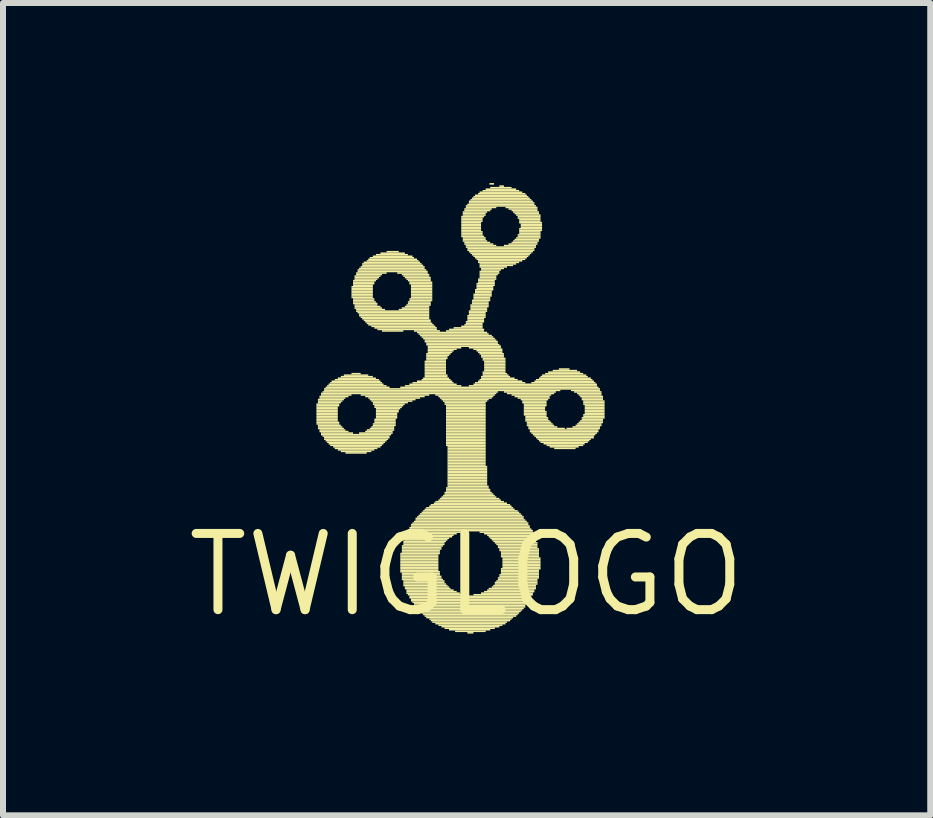
<source format=kicad_pcb>
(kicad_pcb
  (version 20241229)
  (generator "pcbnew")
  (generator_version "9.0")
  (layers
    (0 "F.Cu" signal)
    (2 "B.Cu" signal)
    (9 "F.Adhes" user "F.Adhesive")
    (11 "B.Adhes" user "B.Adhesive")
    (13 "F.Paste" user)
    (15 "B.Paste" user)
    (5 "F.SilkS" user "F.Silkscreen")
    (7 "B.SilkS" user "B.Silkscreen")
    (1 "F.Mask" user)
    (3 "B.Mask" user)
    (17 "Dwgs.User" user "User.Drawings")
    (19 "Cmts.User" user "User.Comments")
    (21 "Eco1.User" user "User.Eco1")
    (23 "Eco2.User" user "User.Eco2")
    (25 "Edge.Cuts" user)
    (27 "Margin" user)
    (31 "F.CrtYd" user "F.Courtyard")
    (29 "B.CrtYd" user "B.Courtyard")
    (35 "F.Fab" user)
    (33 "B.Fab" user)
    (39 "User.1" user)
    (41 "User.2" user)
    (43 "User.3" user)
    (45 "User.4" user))
  (footprint "TWIGLOGO"
    (layer "F.Cu")
    (at 4.724 6.528)
    (property "Reference" "TWIGLOGO" (at 0 0 0) (layer "F.SilkS") (effects (font (size 1.27 1.27) (thickness 0.15))))
    (attr through_hole)
    (fp_poly (pts (xy -2.502 -2.832) (xy -2.121 -2.832) (xy -2.121 -2.857) (xy -2.502 -2.857)) (stroke (width 0) (type solid)) (fill yes) (layer "F.SilkS"))
    (fp_poly (pts (xy -2.502 -2.807) (xy -2.121 -2.807) (xy -2.121 -2.832) (xy -2.502 -2.832)) (stroke (width 0) (type solid)) (fill yes) (layer "F.SilkS"))
    (fp_poly (pts (xy -2.502 -2.781) (xy -2.146 -2.781) (xy -2.146 -2.807) (xy -2.502 -2.807)) (stroke (width 0) (type solid)) (fill yes) (layer "F.SilkS"))
    (fp_poly (pts (xy -2.502 -2.756) (xy -2.146 -2.756) (xy -2.146 -2.781) (xy -2.502 -2.781)) (stroke (width 0) (type solid)) (fill yes) (layer "F.SilkS"))
    (fp_poly (pts (xy -2.502 -2.731) (xy -2.146 -2.731) (xy -2.146 -2.756) (xy -2.502 -2.756)) (stroke (width 0) (type solid)) (fill yes) (layer "F.SilkS"))
    (fp_poly (pts (xy -2.502 -2.705) (xy -2.146 -2.705) (xy -2.146 -2.731) (xy -2.502 -2.731)) (stroke (width 0) (type solid)) (fill yes) (layer "F.SilkS"))
    (fp_poly (pts (xy -2.502 -2.68) (xy -2.146 -2.68) (xy -2.146 -2.705) (xy -2.502 -2.705)) (stroke (width 0) (type solid)) (fill yes) (layer "F.SilkS"))
    (fp_poly (pts (xy -2.502 -2.654) (xy -2.146 -2.654) (xy -2.146 -2.68) (xy -2.502 -2.68)) (stroke (width 0) (type solid)) (fill yes) (layer "F.SilkS"))
    (fp_poly (pts (xy -2.502 -2.629) (xy -2.146 -2.629) (xy -2.146 -2.654) (xy -2.502 -2.654)) (stroke (width 0) (type solid)) (fill yes) (layer "F.SilkS"))
    (fp_poly (pts (xy -2.502 -2.603) (xy -2.146 -2.603) (xy -2.146 -2.629) (xy -2.502 -2.629)) (stroke (width 0) (type solid)) (fill yes) (layer "F.SilkS"))
    (fp_poly (pts (xy -2.502 -2.578) (xy -2.146 -2.578) (xy -2.146 -2.603) (xy -2.502 -2.603)) (stroke (width 0) (type solid)) (fill yes) (layer "F.SilkS"))
    (fp_poly (pts (xy -2.502 -2.553) (xy -2.146 -2.553) (xy -2.146 -2.578) (xy -2.502 -2.578)) (stroke (width 0) (type solid)) (fill yes) (layer "F.SilkS"))
    (fp_poly (pts (xy -2.502 -2.527) (xy -2.121 -2.527) (xy -2.121 -2.553) (xy -2.502 -2.553)) (stroke (width 0) (type solid)) (fill yes) (layer "F.SilkS"))
    (fp_poly (pts (xy -2.502 -2.502) (xy -2.121 -2.502) (xy -2.121 -2.527) (xy -2.502 -2.527)) (stroke (width 0) (type solid)) (fill yes) (layer "F.SilkS"))
    (fp_poly (pts (xy -2.477 -2.908) (xy -2.045 -2.908) (xy -2.045 -2.934) (xy -2.477 -2.934)) (stroke (width 0) (type solid)) (fill yes) (layer "F.SilkS"))
    (fp_poly (pts (xy -2.477 -2.883) (xy -2.07 -2.883) (xy -2.07 -2.908) (xy -2.477 -2.908)) (stroke (width 0) (type solid)) (fill yes) (layer "F.SilkS"))
    (fp_poly (pts (xy -2.477 -2.857) (xy -2.095 -2.857) (xy -2.095 -2.883) (xy -2.477 -2.883)) (stroke (width 0) (type solid)) (fill yes) (layer "F.SilkS"))
    (fp_poly (pts (xy -2.477 -2.477) (xy -2.095 -2.477) (xy -2.095 -2.502) (xy -2.477 -2.502)) (stroke (width 0) (type solid)) (fill yes) (layer "F.SilkS"))
    (fp_poly (pts (xy -2.477 -2.451) (xy -2.07 -2.451) (xy -2.07 -2.477) (xy -2.477 -2.477)) (stroke (width 0) (type solid)) (fill yes) (layer "F.SilkS"))
    (fp_poly (pts (xy -2.477 -2.426) (xy -2.045 -2.426) (xy -2.045 -2.451) (xy -2.477 -2.451)) (stroke (width 0) (type solid)) (fill yes) (layer "F.SilkS"))
    (fp_poly (pts (xy -2.451 -2.959) (xy -1.968 -2.959) (xy -1.968 -2.985) (xy -2.451 -2.985)) (stroke (width 0) (type solid)) (fill yes) (layer "F.SilkS"))
    (fp_poly (pts (xy -2.451 -2.934) (xy -2.019 -2.934) (xy -2.019 -2.959) (xy -2.451 -2.959)) (stroke (width 0) (type solid)) (fill yes) (layer "F.SilkS"))
    (fp_poly (pts (xy -2.451 -2.4) (xy -2.019 -2.4) (xy -2.019 -2.426) (xy -2.451 -2.426)) (stroke (width 0) (type solid)) (fill yes) (layer "F.SilkS"))
    (fp_poly (pts (xy -2.451 -2.375) (xy -1.968 -2.375) (xy -1.968 -2.4) (xy -2.451 -2.4)) (stroke (width 0) (type solid)) (fill yes) (layer "F.SilkS"))
    (fp_poly (pts (xy -2.426 -3.01) (xy 0.495 -3.01) (xy 0.495 -3.035) (xy -2.426 -3.035)) (stroke (width 0) (type solid)) (fill yes) (layer "F.SilkS"))
    (fp_poly (pts (xy -2.426 -2.985) (xy -1.918 -2.985) (xy -1.918 -3.01) (xy -2.426 -3.01)) (stroke (width 0) (type solid)) (fill yes) (layer "F.SilkS"))
    (fp_poly (pts (xy -2.426 -2.349) (xy -1.892 -2.349) (xy -1.892 -2.375) (xy -2.426 -2.375)) (stroke (width 0) (type solid)) (fill yes) (layer "F.SilkS"))
    (fp_poly (pts (xy -2.426 -2.324) (xy -1.257 -2.324) (xy -1.257 -2.349) (xy -2.426 -2.349)) (stroke (width 0) (type solid)) (fill yes) (layer "F.SilkS"))
    (fp_poly (pts (xy -2.4 -3.035) (xy 0.521 -3.035) (xy 0.521 -3.061) (xy -2.4 -3.061)) (stroke (width 0) (type solid)) (fill yes) (layer "F.SilkS"))
    (fp_poly (pts (xy -2.4 -2.299) (xy -1.283 -2.299) (xy -1.283 -2.324) (xy -2.4 -2.324)) (stroke (width 0) (type solid)) (fill yes) (layer "F.SilkS"))
    (fp_poly (pts (xy -2.375 -3.086) (xy 2.223 -3.086) (xy 2.223 -3.111) (xy -2.375 -3.111)) (stroke (width 0) (type solid)) (fill yes) (layer "F.SilkS"))
    (fp_poly (pts (xy -2.375 -3.061) (xy 1.562 -3.061) (xy 1.562 -3.086) (xy -2.375 -3.086)) (stroke (width 0) (type solid)) (fill yes) (layer "F.SilkS"))
    (fp_poly (pts (xy -2.375 -2.273) (xy -1.283 -2.273) (xy -1.283 -2.299) (xy -2.375 -2.299)) (stroke (width 0) (type solid)) (fill yes) (layer "F.SilkS"))
    (fp_poly (pts (xy -2.375 -2.248) (xy -1.308 -2.248) (xy -1.308 -2.273) (xy -2.375 -2.273)) (stroke (width 0) (type solid)) (fill yes) (layer "F.SilkS"))
    (fp_poly (pts (xy -2.349 -3.111) (xy -1.283 -3.111) (xy -1.283 -3.137) (xy -2.349 -3.137)) (stroke (width 0) (type solid)) (fill yes) (layer "F.SilkS"))
    (fp_poly (pts (xy -2.349 -2.223) (xy -1.333 -2.223) (xy -1.333 -2.248) (xy -2.349 -2.248)) (stroke (width 0) (type solid)) (fill yes) (layer "F.SilkS"))
    (fp_poly (pts (xy -2.324 -3.137) (xy -1.333 -3.137) (xy -1.333 -3.162) (xy -2.324 -3.162)) (stroke (width 0) (type solid)) (fill yes) (layer "F.SilkS"))
    (fp_poly (pts (xy -2.324 -2.197) (xy -1.359 -2.197) (xy -1.359 -2.223) (xy -2.324 -2.223)) (stroke (width 0) (type solid)) (fill yes) (layer "F.SilkS"))
    (fp_poly (pts (xy -2.299 -3.162) (xy -1.384 -3.162) (xy -1.384 -3.188) (xy -2.299 -3.188)) (stroke (width 0) (type solid)) (fill yes) (layer "F.SilkS"))
    (fp_poly (pts (xy -2.299 -2.172) (xy -1.384 -2.172) (xy -1.384 -2.197) (xy -2.299 -2.197)) (stroke (width 0) (type solid)) (fill yes) (layer "F.SilkS"))
    (fp_poly (pts (xy -2.273 -3.188) (xy -1.41 -3.188) (xy -1.41 -3.213) (xy -2.273 -3.213)) (stroke (width 0) (type solid)) (fill yes) (layer "F.SilkS"))
    (fp_poly (pts (xy -2.273 -2.146) (xy -1.41 -2.146) (xy -1.41 -2.172) (xy -2.273 -2.172)) (stroke (width 0) (type solid)) (fill yes) (layer "F.SilkS"))
    (fp_poly (pts (xy -2.248 -3.213) (xy -1.435 -3.213) (xy -1.435 -3.239) (xy -2.248 -3.239)) (stroke (width 0) (type solid)) (fill yes) (layer "F.SilkS"))
    (fp_poly (pts (xy -2.223 -2.121) (xy -1.435 -2.121) (xy -1.435 -2.146) (xy -2.223 -2.146)) (stroke (width 0) (type solid)) (fill yes) (layer "F.SilkS"))
    (fp_poly (pts (xy -2.197 -3.239) (xy -1.46 -3.239) (xy -1.46 -3.264) (xy -2.197 -3.264)) (stroke (width 0) (type solid)) (fill yes) (layer "F.SilkS"))
    (fp_poly (pts (xy -2.197 -2.095) (xy -1.486 -2.095) (xy -1.486 -2.121) (xy -2.197 -2.121)) (stroke (width 0) (type solid)) (fill yes) (layer "F.SilkS"))
    (fp_poly (pts (xy -2.146 -3.264) (xy -1.511 -3.264) (xy -1.511 -3.289) (xy -2.146 -3.289)) (stroke (width 0) (type solid)) (fill yes) (layer "F.SilkS"))
    (fp_poly (pts (xy -2.146 -2.07) (xy -1.537 -2.07) (xy -1.537 -2.095) (xy -2.146 -2.095)) (stroke (width 0) (type solid)) (fill yes) (layer "F.SilkS"))
    (fp_poly (pts (xy -2.095 -3.289) (xy -1.562 -3.289) (xy -1.562 -3.315) (xy -2.095 -3.315)) (stroke (width 0) (type solid)) (fill yes) (layer "F.SilkS"))
    (fp_poly (pts (xy -2.095 -2.045) (xy -1.587 -2.045) (xy -1.587 -2.07) (xy -2.095 -2.07)) (stroke (width 0) (type solid)) (fill yes) (layer "F.SilkS"))
    (fp_poly (pts (xy -2.045 -3.315) (xy -1.638 -3.315) (xy -1.638 -3.34) (xy -2.045 -3.34)) (stroke (width 0) (type solid)) (fill yes) (layer "F.SilkS"))
    (fp_poly (pts (xy -2.019 -2.019) (xy -1.664 -2.019) (xy -1.664 -2.045) (xy -2.019 -2.045)) (stroke (width 0) (type solid)) (fill yes) (layer "F.SilkS"))
    (fp_poly (pts (xy -1.918 -4.788) (xy -1.562 -4.788) (xy -1.562 -4.813) (xy -1.918 -4.813)) (stroke (width 0) (type solid)) (fill yes) (layer "F.SilkS"))
    (fp_poly (pts (xy -1.918 -4.763) (xy -1.562 -4.763) (xy -1.562 -4.788) (xy -1.918 -4.788)) (stroke (width 0) (type solid)) (fill yes) (layer "F.SilkS"))
    (fp_poly (pts (xy -1.918 -4.737) (xy -1.562 -4.737) (xy -1.562 -4.763) (xy -1.918 -4.763)) (stroke (width 0) (type solid)) (fill yes) (layer "F.SilkS"))
    (fp_poly (pts (xy -1.918 -4.712) (xy -1.562 -4.712) (xy -1.562 -4.737) (xy -1.918 -4.737)) (stroke (width 0) (type solid)) (fill yes) (layer "F.SilkS"))
    (fp_poly (pts (xy -1.918 -4.686) (xy -1.562 -4.686) (xy -1.562 -4.712) (xy -1.918 -4.712)) (stroke (width 0) (type solid)) (fill yes) (layer "F.SilkS"))
    (fp_poly (pts (xy -1.918 -4.661) (xy -1.562 -4.661) (xy -1.562 -4.686) (xy -1.918 -4.686)) (stroke (width 0) (type solid)) (fill yes) (layer "F.SilkS"))
    (fp_poly (pts (xy -1.918 -4.636) (xy -1.562 -4.636) (xy -1.562 -4.661) (xy -1.918 -4.661)) (stroke (width 0) (type solid)) (fill yes) (layer "F.SilkS"))
    (fp_poly (pts (xy -1.918 -4.61) (xy -1.562 -4.61) (xy -1.562 -4.636) (xy -1.918 -4.636)) (stroke (width 0) (type solid)) (fill yes) (layer "F.SilkS"))
    (fp_poly (pts (xy -1.918 -3.34) (xy -1.765 -3.34) (xy -1.765 -3.365) (xy -1.918 -3.365)) (stroke (width 0) (type solid)) (fill yes) (layer "F.SilkS"))
    (fp_poly (pts (xy -1.892 -4.889) (xy -1.511 -4.889) (xy -1.511 -4.915) (xy -1.892 -4.915)) (stroke (width 0) (type solid)) (fill yes) (layer "F.SilkS"))
    (fp_poly (pts (xy -1.892 -4.864) (xy -1.537 -4.864) (xy -1.537 -4.889) (xy -1.892 -4.889)) (stroke (width 0) (type solid)) (fill yes) (layer "F.SilkS"))
    (fp_poly (pts (xy -1.892 -4.839) (xy -1.537 -4.839) (xy -1.537 -4.864) (xy -1.892 -4.864)) (stroke (width 0) (type solid)) (fill yes) (layer "F.SilkS"))
    (fp_poly (pts (xy -1.892 -4.813) (xy -1.562 -4.813) (xy -1.562 -4.839) (xy -1.892 -4.839)) (stroke (width 0) (type solid)) (fill yes) (layer "F.SilkS"))
    (fp_poly (pts (xy -1.892 -4.585) (xy -1.537 -4.585) (xy -1.537 -4.61) (xy -1.892 -4.61)) (stroke (width 0) (type solid)) (fill yes) (layer "F.SilkS"))
    (fp_poly (pts (xy -1.892 -4.559) (xy -1.537 -4.559) (xy -1.537 -4.585) (xy -1.892 -4.585)) (stroke (width 0) (type solid)) (fill yes) (layer "F.SilkS"))
    (fp_poly (pts (xy -1.892 -4.534) (xy -1.511 -4.534) (xy -1.511 -4.559) (xy -1.892 -4.559)) (stroke (width 0) (type solid)) (fill yes) (layer "F.SilkS"))
    (fp_poly (pts (xy -1.892 -4.508) (xy -1.486 -4.508) (xy -1.486 -4.534) (xy -1.892 -4.534)) (stroke (width 0) (type solid)) (fill yes) (layer "F.SilkS"))
    (fp_poly (pts (xy -1.867 -4.966) (xy -1.435 -4.966) (xy -1.435 -4.991) (xy -1.867 -4.991)) (stroke (width 0) (type solid)) (fill yes) (layer "F.SilkS"))
    (fp_poly (pts (xy -1.867 -4.94) (xy -1.46 -4.94) (xy -1.46 -4.966) (xy -1.867 -4.966)) (stroke (width 0) (type solid)) (fill yes) (layer "F.SilkS"))
    (fp_poly (pts (xy -1.867 -4.915) (xy -1.486 -4.915) (xy -1.486 -4.94) (xy -1.867 -4.94)) (stroke (width 0) (type solid)) (fill yes) (layer "F.SilkS"))
    (fp_poly (pts (xy -1.867 -4.483) (xy -1.486 -4.483) (xy -1.486 -4.508) (xy -1.867 -4.508)) (stroke (width 0) (type solid)) (fill yes) (layer "F.SilkS"))
    (fp_poly (pts (xy -1.867 -4.458) (xy -1.435 -4.458) (xy -1.435 -4.483) (xy -1.867 -4.483)) (stroke (width 0) (type solid)) (fill yes) (layer "F.SilkS"))
    (fp_poly (pts (xy -1.867 -4.432) (xy -1.41 -4.432) (xy -1.41 -4.458) (xy -1.867 -4.458)) (stroke (width 0) (type solid)) (fill yes) (layer "F.SilkS"))
    (fp_poly (pts (xy -1.841 -5.016) (xy -1.333 -5.016) (xy -1.333 -5.042) (xy -1.841 -5.042)) (stroke (width 0) (type solid)) (fill yes) (layer "F.SilkS"))
    (fp_poly (pts (xy -1.841 -4.991) (xy -1.41 -4.991) (xy -1.41 -5.016) (xy -1.841 -5.016)) (stroke (width 0) (type solid)) (fill yes) (layer "F.SilkS"))
    (fp_poly (pts (xy -1.841 -4.407) (xy -1.359 -4.407) (xy -1.359 -4.432) (xy -1.841 -4.432)) (stroke (width 0) (type solid)) (fill yes) (layer "F.SilkS"))
    (fp_poly (pts (xy -1.841 -4.381) (xy -0.622 -4.381) (xy -0.622 -4.407) (xy -1.841 -4.407)) (stroke (width 0) (type solid)) (fill yes) (layer "F.SilkS"))
    (fp_poly (pts (xy -1.816 -5.067) (xy -0.673 -5.067) (xy -0.673 -5.093) (xy -1.816 -5.093)) (stroke (width 0) (type solid)) (fill yes) (layer "F.SilkS"))
    (fp_poly (pts (xy -1.816 -5.042) (xy -0.648 -5.042) (xy -0.648 -5.067) (xy -1.816 -5.067)) (stroke (width 0) (type solid)) (fill yes) (layer "F.SilkS"))
    (fp_poly (pts (xy -1.816 -4.356) (xy -0.622 -4.356) (xy -0.622 -4.381) (xy -1.816 -4.381)) (stroke (width 0) (type solid)) (fill yes) (layer "F.SilkS"))
    (fp_poly (pts (xy -1.791 -5.093) (xy -0.699 -5.093) (xy -0.699 -5.118) (xy -1.791 -5.118)) (stroke (width 0) (type solid)) (fill yes) (layer "F.SilkS"))
    (fp_poly (pts (xy -1.791 -4.331) (xy -0.622 -4.331) (xy -0.622 -4.356) (xy -1.791 -4.356)) (stroke (width 0) (type solid)) (fill yes) (layer "F.SilkS"))
    (fp_poly (pts (xy -1.791 -4.305) (xy -0.622 -4.305) (xy -0.622 -4.331) (xy -1.791 -4.331)) (stroke (width 0) (type solid)) (fill yes) (layer "F.SilkS"))
    (fp_poly (pts (xy -1.791 -2.349) (xy -1.232 -2.349) (xy -1.232 -2.375) (xy -1.791 -2.375)) (stroke (width 0) (type solid)) (fill yes) (layer "F.SilkS"))
    (fp_poly (pts (xy -1.765 -5.118) (xy -0.699 -5.118) (xy -0.699 -5.144) (xy -1.765 -5.144)) (stroke (width 0) (type solid)) (fill yes) (layer "F.SilkS"))
    (fp_poly (pts (xy -1.765 -4.28) (xy -0.622 -4.28) (xy -0.622 -4.305) (xy -1.765 -4.305)) (stroke (width 0) (type solid)) (fill yes) (layer "F.SilkS"))
    (fp_poly (pts (xy -1.765 -2.985) (xy -0.622 -2.985) (xy -0.622 -3.01) (xy -1.765 -3.01)) (stroke (width 0) (type solid)) (fill yes) (layer "F.SilkS"))
    (fp_poly (pts (xy -1.74 -5.169) (xy -0.749 -5.169) (xy -0.749 -5.194) (xy -1.74 -5.194)) (stroke (width 0) (type solid)) (fill yes) (layer "F.SilkS"))
    (fp_poly (pts (xy -1.74 -5.144) (xy -0.724 -5.144) (xy -0.724 -5.169) (xy -1.74 -5.169)) (stroke (width 0) (type solid)) (fill yes) (layer "F.SilkS"))
    (fp_poly (pts (xy -1.74 -4.255) (xy -0.622 -4.255) (xy -0.622 -4.28) (xy -1.74 -4.28)) (stroke (width 0) (type solid)) (fill yes) (layer "F.SilkS"))
    (fp_poly (pts (xy -1.714 -5.194) (xy -0.775 -5.194) (xy -0.775 -5.22) (xy -1.714 -5.22)) (stroke (width 0) (type solid)) (fill yes) (layer "F.SilkS"))
    (fp_poly (pts (xy -1.714 -4.229) (xy -0.597 -4.229) (xy -0.597 -4.255) (xy -1.714 -4.255)) (stroke (width 0) (type solid)) (fill yes) (layer "F.SilkS"))
    (fp_poly (pts (xy -1.689 -4.204) (xy -0.597 -4.204) (xy -0.597 -4.229) (xy -1.689 -4.229)) (stroke (width 0) (type solid)) (fill yes) (layer "F.SilkS"))
    (fp_poly (pts (xy -1.689 -2.959) (xy -0.699 -2.959) (xy -0.699 -2.985) (xy -1.689 -2.985)) (stroke (width 0) (type solid)) (fill yes) (layer "F.SilkS"))
    (fp_poly (pts (xy -1.689 -2.375) (xy -1.232 -2.375) (xy -1.232 -2.4) (xy -1.689 -2.4)) (stroke (width 0) (type solid)) (fill yes) (layer "F.SilkS"))
    (fp_poly (pts (xy -1.664 -5.22) (xy -0.8 -5.22) (xy -0.8 -5.245) (xy -1.664 -5.245)) (stroke (width 0) (type solid)) (fill yes) (layer "F.SilkS"))
    (fp_poly (pts (xy -1.664 -4.178) (xy -0.572 -4.178) (xy -0.572 -4.204) (xy -1.664 -4.204)) (stroke (width 0) (type solid)) (fill yes) (layer "F.SilkS"))
    (fp_poly (pts (xy -1.664 -2.4) (xy -1.206 -2.4) (xy -1.206 -2.426) (xy -1.664 -2.426)) (stroke (width 0) (type solid)) (fill yes) (layer "F.SilkS"))
    (fp_poly (pts (xy -1.638 -5.245) (xy -0.826 -5.245) (xy -0.826 -5.271) (xy -1.638 -5.271)) (stroke (width 0) (type solid)) (fill yes) (layer "F.SilkS"))
    (fp_poly (pts (xy -1.638 -4.153) (xy -0.546 -4.153) (xy -0.546 -4.178) (xy -1.638 -4.178)) (stroke (width 0) (type solid)) (fill yes) (layer "F.SilkS"))
    (fp_poly (pts (xy -1.638 -2.934) (xy -0.775 -2.934) (xy -0.775 -2.959) (xy -1.638 -2.959)) (stroke (width 0) (type solid)) (fill yes) (layer "F.SilkS"))
    (fp_poly (pts (xy -1.613 -5.271) (xy -0.876 -5.271) (xy -0.876 -5.296) (xy -1.613 -5.296)) (stroke (width 0) (type solid)) (fill yes) (layer "F.SilkS"))
    (fp_poly (pts (xy -1.613 -2.908) (xy -0.851 -2.908) (xy -0.851 -2.934) (xy -1.613 -2.934)) (stroke (width 0) (type solid)) (fill yes) (layer "F.SilkS"))
    (fp_poly (pts (xy -1.613 -2.426) (xy -1.206 -2.426) (xy -1.206 -2.451) (xy -1.613 -2.451)) (stroke (width 0) (type solid)) (fill yes) (layer "F.SilkS"))
    (fp_poly (pts (xy -1.587 -4.128) (xy -0.521 -4.128) (xy -0.521 -4.153) (xy -1.587 -4.153)) (stroke (width 0) (type solid)) (fill yes) (layer "F.SilkS"))
    (fp_poly (pts (xy -1.587 -2.883) (xy -0.902 -2.883) (xy -0.902 -2.908) (xy -1.587 -2.908)) (stroke (width 0) (type solid)) (fill yes) (layer "F.SilkS"))
    (fp_poly (pts (xy -1.587 -2.451) (xy -1.206 -2.451) (xy -1.206 -2.477) (xy -1.587 -2.477)) (stroke (width 0) (type solid)) (fill yes) (layer "F.SilkS"))
    (fp_poly (pts (xy -1.562 -5.296) (xy -0.902 -5.296) (xy -0.902 -5.321) (xy -1.562 -5.321)) (stroke (width 0) (type solid)) (fill yes) (layer "F.SilkS"))
    (fp_poly (pts (xy -1.562 -2.857) (xy -0.978 -2.857) (xy -0.978 -2.883) (xy -1.562 -2.883)) (stroke (width 0) (type solid)) (fill yes) (layer "F.SilkS"))
    (fp_poly (pts (xy -1.562 -2.832) (xy -1.029 -2.832) (xy -1.029 -2.857) (xy -1.562 -2.857)) (stroke (width 0) (type solid)) (fill yes) (layer "F.SilkS"))
    (fp_poly (pts (xy -1.562 -2.502) (xy -1.181 -2.502) (xy -1.181 -2.527) (xy -1.562 -2.527)) (stroke (width 0) (type solid)) (fill yes) (layer "F.SilkS"))
    (fp_poly (pts (xy -1.562 -2.477) (xy -1.181 -2.477) (xy -1.181 -2.502) (xy -1.562 -2.502)) (stroke (width 0) (type solid)) (fill yes) (layer "F.SilkS"))
    (fp_poly (pts (xy -1.537 -4.102) (xy -0.495 -4.102) (xy -0.495 -4.128) (xy -1.537 -4.128)) (stroke (width 0) (type solid)) (fill yes) (layer "F.SilkS"))
    (fp_poly (pts (xy -1.537 -2.807) (xy -1.054 -2.807) (xy -1.054 -2.832) (xy -1.537 -2.832)) (stroke (width 0) (type solid)) (fill yes) (layer "F.SilkS"))
    (fp_poly (pts (xy -1.537 -2.781) (xy -1.079 -2.781) (xy -1.079 -2.807) (xy -1.537 -2.807)) (stroke (width 0) (type solid)) (fill yes) (layer "F.SilkS"))
    (fp_poly (pts (xy -1.537 -2.578) (xy -1.181 -2.578) (xy -1.181 -2.603) (xy -1.537 -2.603)) (stroke (width 0) (type solid)) (fill yes) (layer "F.SilkS"))
    (fp_poly (pts (xy -1.537 -2.553) (xy -1.181 -2.553) (xy -1.181 -2.578) (xy -1.537 -2.578)) (stroke (width 0) (type solid)) (fill yes) (layer "F.SilkS"))
    (fp_poly (pts (xy -1.537 -2.527) (xy -1.181 -2.527) (xy -1.181 -2.553) (xy -1.537 -2.553)) (stroke (width 0) (type solid)) (fill yes) (layer "F.SilkS"))
    (fp_poly (pts (xy -1.511 -5.321) (xy -0.978 -5.321) (xy -0.978 -5.347) (xy -1.511 -5.347)) (stroke (width 0) (type solid)) (fill yes) (layer "F.SilkS"))
    (fp_poly (pts (xy -1.511 -2.756) (xy -1.105 -2.756) (xy -1.105 -2.781) (xy -1.511 -2.781)) (stroke (width 0) (type solid)) (fill yes) (layer "F.SilkS"))
    (fp_poly (pts (xy -1.511 -2.731) (xy -1.13 -2.731) (xy -1.13 -2.756) (xy -1.511 -2.756)) (stroke (width 0) (type solid)) (fill yes) (layer "F.SilkS"))
    (fp_poly (pts (xy -1.511 -2.705) (xy -1.13 -2.705) (xy -1.13 -2.731) (xy -1.511 -2.731)) (stroke (width 0) (type solid)) (fill yes) (layer "F.SilkS"))
    (fp_poly (pts (xy -1.511 -2.68) (xy -1.156 -2.68) (xy -1.156 -2.705) (xy -1.511 -2.705)) (stroke (width 0) (type solid)) (fill yes) (layer "F.SilkS"))
    (fp_poly (pts (xy -1.511 -2.654) (xy -1.156 -2.654) (xy -1.156 -2.68) (xy -1.511 -2.68)) (stroke (width 0) (type solid)) (fill yes) (layer "F.SilkS"))
    (fp_poly (pts (xy -1.511 -2.629) (xy -1.156 -2.629) (xy -1.156 -2.654) (xy -1.511 -2.654)) (stroke (width 0) (type solid)) (fill yes) (layer "F.SilkS"))
    (fp_poly (pts (xy -1.511 -2.603) (xy -1.156 -2.603) (xy -1.156 -2.629) (xy -1.511 -2.629)) (stroke (width 0) (type solid)) (fill yes) (layer "F.SilkS"))
    (fp_poly (pts (xy -1.486 -4.077) (xy -0.495 -4.077) (xy -0.495 -4.102) (xy -1.486 -4.102)) (stroke (width 0) (type solid)) (fill yes) (layer "F.SilkS"))
    (fp_poly (pts (xy -1.435 -5.347) (xy -1.029 -5.347) (xy -1.029 -5.372) (xy -1.435 -5.372)) (stroke (width 0) (type solid)) (fill yes) (layer "F.SilkS"))
    (fp_poly (pts (xy -1.41 -4.051) (xy -1.054 -4.051) (xy -1.054 -4.077) (xy -1.41 -4.077)) (stroke (width 0) (type solid)) (fill yes) (layer "F.SilkS"))
    (fp_poly (pts (xy -1.333 -5.372) (xy -1.13 -5.372) (xy -1.13 -5.397) (xy -1.333 -5.397)) (stroke (width 0) (type solid)) (fill yes) (layer "F.SilkS"))
    (fp_poly (pts (xy -1.156 -5.016) (xy -0.648 -5.016) (xy -0.648 -5.042) (xy -1.156 -5.042)) (stroke (width 0) (type solid)) (fill yes) (layer "F.SilkS"))
    (fp_poly (pts (xy -1.13 -4.407) (xy -0.622 -4.407) (xy -0.622 -4.432) (xy -1.13 -4.432)) (stroke (width 0) (type solid)) (fill yes) (layer "F.SilkS"))
    (fp_poly (pts (xy -1.105 -3.111) (xy 2.197 -3.111) (xy 2.197 -3.137) (xy -1.105 -3.137)) (stroke (width 0) (type solid)) (fill yes) (layer "F.SilkS"))
    (fp_poly (pts (xy -1.105 -0.343) (xy -0.445 -0.343) (xy -0.445 -0.368) (xy -1.105 -0.368)) (stroke (width 0) (type solid)) (fill yes) (layer "F.SilkS"))
    (fp_poly (pts (xy -1.105 -0.318) (xy -0.47 -0.318) (xy -0.47 -0.343) (xy -1.105 -0.343)) (stroke (width 0) (type solid)) (fill yes) (layer "F.SilkS"))
    (fp_poly (pts (xy -1.105 -0.292) (xy -0.47 -0.292) (xy -0.47 -0.318) (xy -1.105 -0.318)) (stroke (width 0) (type solid)) (fill yes) (layer "F.SilkS"))
    (fp_poly (pts (xy -1.105 -0.267) (xy -0.47 -0.267) (xy -0.47 -0.292) (xy -1.105 -0.292)) (stroke (width 0) (type solid)) (fill yes) (layer "F.SilkS"))
    (fp_poly (pts (xy -1.105 -0.241) (xy -0.47 -0.241) (xy -0.47 -0.267) (xy -1.105 -0.267)) (stroke (width 0) (type solid)) (fill yes) (layer "F.SilkS"))
    (fp_poly (pts (xy -1.105 -0.216) (xy -0.47 -0.216) (xy -0.47 -0.241) (xy -1.105 -0.241)) (stroke (width 0) (type solid)) (fill yes) (layer "F.SilkS"))
    (fp_poly (pts (xy -1.105 -0.191) (xy -0.47 -0.191) (xy -0.47 -0.216) (xy -1.105 -0.216)) (stroke (width 0) (type solid)) (fill yes) (layer "F.SilkS"))
    (fp_poly (pts (xy -1.105 -0.165) (xy -0.47 -0.165) (xy -0.47 -0.191) (xy -1.105 -0.191)) (stroke (width 0) (type solid)) (fill yes) (layer "F.SilkS"))
    (fp_poly (pts (xy -1.105 -0.14) (xy -0.47 -0.14) (xy -0.47 -0.165) (xy -1.105 -0.165)) (stroke (width 0) (type solid)) (fill yes) (layer "F.SilkS"))
    (fp_poly (pts (xy -1.105 -0.114) (xy -0.47 -0.114) (xy -0.47 -0.14) (xy -1.105 -0.14)) (stroke (width 0) (type solid)) (fill yes) (layer "F.SilkS"))
    (fp_poly (pts (xy -1.105 -0.089) (xy -0.47 -0.089) (xy -0.47 -0.114) (xy -1.105 -0.114)) (stroke (width 0) (type solid)) (fill yes) (layer "F.SilkS"))
    (fp_poly (pts (xy -1.105 -0.064) (xy -0.47 -0.064) (xy -0.47 -0.089) (xy -1.105 -0.089)) (stroke (width 0) (type solid)) (fill yes) (layer "F.SilkS"))
    (fp_poly (pts (xy -1.105 -0.038) (xy -0.445 -0.038) (xy -0.445 -0.064) (xy -1.105 -0.064)) (stroke (width 0) (type solid)) (fill yes) (layer "F.SilkS"))
    (fp_poly (pts (xy -1.079 -4.991) (xy -0.622 -4.991) (xy -0.622 -5.016) (xy -1.079 -5.016)) (stroke (width 0) (type solid)) (fill yes) (layer "F.SilkS"))
    (fp_poly (pts (xy -1.079 -4.432) (xy -0.622 -4.432) (xy -0.622 -4.458) (xy -1.079 -4.458)) (stroke (width 0) (type solid)) (fill yes) (layer "F.SilkS"))
    (fp_poly (pts (xy -1.079 -0.47) (xy -0.394 -0.47) (xy -0.394 -0.495) (xy -1.079 -0.495)) (stroke (width 0) (type solid)) (fill yes) (layer "F.SilkS"))
    (fp_poly (pts (xy -1.079 -0.445) (xy -0.419 -0.445) (xy -0.419 -0.47) (xy -1.079 -0.47)) (stroke (width 0) (type solid)) (fill yes) (layer "F.SilkS"))
    (fp_poly (pts (xy -1.079 -0.419) (xy -0.419 -0.419) (xy -0.419 -0.445) (xy -1.079 -0.445)) (stroke (width 0) (type solid)) (fill yes) (layer "F.SilkS"))
    (fp_poly (pts (xy -1.079 -0.394) (xy -0.445 -0.394) (xy -0.445 -0.419) (xy -1.079 -0.419)) (stroke (width 0) (type solid)) (fill yes) (layer "F.SilkS"))
    (fp_poly (pts (xy -1.079 -0.368) (xy -0.445 -0.368) (xy -0.445 -0.394) (xy -1.079 -0.394)) (stroke (width 0) (type solid)) (fill yes) (layer "F.SilkS"))
    (fp_poly (pts (xy -1.079 -0.013) (xy -0.445 -0.013) (xy -0.445 -0.038) (xy -1.079 -0.038)) (stroke (width 0) (type solid)) (fill yes) (layer "F.SilkS"))
    (fp_poly (pts (xy -1.079 0.013) (xy -0.445 0.013) (xy -0.445 -0.013) (xy -1.079 -0.013)) (stroke (width 0) (type solid)) (fill yes) (layer "F.SilkS"))
    (fp_poly (pts (xy -1.079 0.038) (xy -0.419 0.038) (xy -0.419 0.013) (xy -1.079 0.013)) (stroke (width 0) (type solid)) (fill yes) (layer "F.SilkS"))
    (fp_poly (pts (xy -1.079 0.064) (xy -0.419 0.064) (xy -0.419 0.038) (xy -1.079 0.038)) (stroke (width 0) (type solid)) (fill yes) (layer "F.SilkS"))
    (fp_poly (pts (xy -1.079 0.089) (xy -0.394 0.089) (xy -0.394 0.064) (xy -1.079 0.064)) (stroke (width 0) (type solid)) (fill yes) (layer "F.SilkS"))
    (fp_poly (pts (xy -1.054 -4.966) (xy -0.622 -4.966) (xy -0.622 -4.991) (xy -1.054 -4.991)) (stroke (width 0) (type solid)) (fill yes) (layer "F.SilkS"))
    (fp_poly (pts (xy -1.054 -0.546) (xy -0.343 -0.546) (xy -0.343 -0.572) (xy -1.054 -0.572)) (stroke (width 0) (type solid)) (fill yes) (layer "F.SilkS"))
    (fp_poly (pts (xy -1.054 -0.521) (xy -0.368 -0.521) (xy -0.368 -0.546) (xy -1.054 -0.546)) (stroke (width 0) (type solid)) (fill yes) (layer "F.SilkS"))
    (fp_poly (pts (xy -1.054 -0.495) (xy -0.368 -0.495) (xy -0.368 -0.521) (xy -1.054 -0.521)) (stroke (width 0) (type solid)) (fill yes) (layer "F.SilkS"))
    (fp_poly (pts (xy -1.054 0.114) (xy -0.368 0.114) (xy -0.368 0.089) (xy -1.054 0.089)) (stroke (width 0) (type solid)) (fill yes) (layer "F.SilkS"))
    (fp_poly (pts (xy -1.054 0.14) (xy -0.368 0.14) (xy -0.368 0.114) (xy -1.054 0.114)) (stroke (width 0) (type solid)) (fill yes) (layer "F.SilkS"))
    (fp_poly (pts (xy -1.054 0.165) (xy -0.343 0.165) (xy -0.343 0.14) (xy -1.054 0.14)) (stroke (width 0) (type solid)) (fill yes) (layer "F.SilkS"))
    (fp_poly (pts (xy -1.054 0.191) (xy -0.318 0.191) (xy -0.318 0.165) (xy -1.054 0.165)) (stroke (width 0) (type solid)) (fill yes) (layer "F.SilkS"))
    (fp_poly (pts (xy -1.029 -4.94) (xy -0.597 -4.94) (xy -0.597 -4.966) (xy -1.029 -4.966)) (stroke (width 0) (type solid)) (fill yes) (layer "F.SilkS"))
    (fp_poly (pts (xy -1.029 -4.458) (xy -0.622 -4.458) (xy -0.622 -4.483) (xy -1.029 -4.483)) (stroke (width 0) (type solid)) (fill yes) (layer "F.SilkS"))
    (fp_poly (pts (xy -1.029 -3.137) (xy -0.089 -3.137) (xy -0.089 -3.162) (xy -1.029 -3.162)) (stroke (width 0) (type solid)) (fill yes) (layer "F.SilkS"))
    (fp_poly (pts (xy -1.029 -0.622) (xy -0.241 -0.622) (xy -0.241 -0.648) (xy -1.029 -0.648)) (stroke (width 0) (type solid)) (fill yes) (layer "F.SilkS"))
    (fp_poly (pts (xy -1.029 -0.597) (xy -0.292 -0.597) (xy -0.292 -0.622) (xy -1.029 -0.622)) (stroke (width 0) (type solid)) (fill yes) (layer "F.SilkS"))
    (fp_poly (pts (xy -1.029 -0.572) (xy -0.318 -0.572) (xy -0.318 -0.597) (xy -1.029 -0.597)) (stroke (width 0) (type solid)) (fill yes) (layer "F.SilkS"))
    (fp_poly (pts (xy -1.029 0.216) (xy -0.292 0.216) (xy -0.292 0.191) (xy -1.029 0.191)) (stroke (width 0) (type solid)) (fill yes) (layer "F.SilkS"))
    (fp_poly (pts (xy -1.029 0.241) (xy -0.267 0.241) (xy -0.267 0.216) (xy -1.029 0.216)) (stroke (width 0) (type solid)) (fill yes) (layer "F.SilkS"))
    (fp_poly (pts (xy -1.003 -4.915) (xy -0.597 -4.915) (xy -0.597 -4.94) (xy -1.003 -4.94)) (stroke (width 0) (type solid)) (fill yes) (layer "F.SilkS"))
    (fp_poly (pts (xy -1.003 -4.483) (xy -0.597 -4.483) (xy -0.597 -4.508) (xy -1.003 -4.508)) (stroke (width 0) (type solid)) (fill yes) (layer "F.SilkS"))
    (fp_poly (pts (xy -1.003 -0.673) (xy -0.165 -0.673) (xy -0.165 -0.699) (xy -1.003 -0.699)) (stroke (width 0) (type solid)) (fill yes) (layer "F.SilkS"))
    (fp_poly (pts (xy -1.003 -0.648) (xy -0.216 -0.648) (xy -0.216 -0.673) (xy -1.003 -0.673)) (stroke (width 0) (type solid)) (fill yes) (layer "F.SilkS"))
    (fp_poly (pts (xy -1.003 0.267) (xy -0.216 0.267) (xy -0.216 0.241) (xy -1.003 0.241)) (stroke (width 0) (type solid)) (fill yes) (layer "F.SilkS"))
    (fp_poly (pts (xy -1.003 0.292) (xy -0.165 0.292) (xy -0.165 0.267) (xy -1.003 0.267)) (stroke (width 0) (type solid)) (fill yes) (layer "F.SilkS"))
    (fp_poly (pts (xy -1.003 0.318) (xy -0.114 0.318) (xy -0.114 0.292) (xy -1.003 0.292)) (stroke (width 0) (type solid)) (fill yes) (layer "F.SilkS"))
    (fp_poly (pts (xy -0.978 -4.889) (xy -0.597 -4.889) (xy -0.597 -4.915) (xy -0.978 -4.915)) (stroke (width 0) (type solid)) (fill yes) (layer "F.SilkS"))
    (fp_poly (pts (xy -0.978 -4.534) (xy -0.597 -4.534) (xy -0.597 -4.559) (xy -0.978 -4.559)) (stroke (width 0) (type solid)) (fill yes) (layer "F.SilkS"))
    (fp_poly (pts (xy -0.978 -4.508) (xy -0.597 -4.508) (xy -0.597 -4.534) (xy -0.978 -4.534)) (stroke (width 0) (type solid)) (fill yes) (layer "F.SilkS"))
    (fp_poly (pts (xy -0.978 -0.724) (xy 1.105 -0.724) (xy 1.105 -0.749) (xy -0.978 -0.749)) (stroke (width 0) (type solid)) (fill yes) (layer "F.SilkS"))
    (fp_poly (pts (xy -0.978 -0.699) (xy -0.089 -0.699) (xy -0.089 -0.724) (xy -0.978 -0.724)) (stroke (width 0) (type solid)) (fill yes) (layer "F.SilkS"))
    (fp_poly (pts (xy -0.978 0.343) (xy 0.013 0.343) (xy 0.013 0.318) (xy -0.978 0.318)) (stroke (width 0) (type solid)) (fill yes) (layer "F.SilkS"))
    (fp_poly (pts (xy -0.953 -4.864) (xy -0.572 -4.864) (xy -0.572 -4.889) (xy -0.953 -4.889)) (stroke (width 0) (type solid)) (fill yes) (layer "F.SilkS"))
    (fp_poly (pts (xy -0.953 -4.839) (xy -0.572 -4.839) (xy -0.572 -4.864) (xy -0.953 -4.864)) (stroke (width 0) (type solid)) (fill yes) (layer "F.SilkS"))
    (fp_poly (pts (xy -0.953 -4.585) (xy -0.572 -4.585) (xy -0.572 -4.61) (xy -0.953 -4.61)) (stroke (width 0) (type solid)) (fill yes) (layer "F.SilkS"))
    (fp_poly (pts (xy -0.953 -4.559) (xy -0.572 -4.559) (xy -0.572 -4.585) (xy -0.953 -4.585)) (stroke (width 0) (type solid)) (fill yes) (layer "F.SilkS"))
    (fp_poly (pts (xy -0.953 -3.162) (xy -0.165 -3.162) (xy -0.165 -3.188) (xy -0.953 -3.188)) (stroke (width 0) (type solid)) (fill yes) (layer "F.SilkS"))
    (fp_poly (pts (xy -0.953 -0.775) (xy 1.054 -0.775) (xy 1.054 -0.8) (xy -0.953 -0.8)) (stroke (width 0) (type solid)) (fill yes) (layer "F.SilkS"))
    (fp_poly (pts (xy -0.953 -0.749) (xy 1.079 -0.749) (xy 1.079 -0.775) (xy -0.953 -0.775)) (stroke (width 0) (type solid)) (fill yes) (layer "F.SilkS"))
    (fp_poly (pts (xy -0.953 0.368) (xy 1.079 0.368) (xy 1.079 0.343) (xy -0.953 0.343)) (stroke (width 0) (type solid)) (fill yes) (layer "F.SilkS"))
    (fp_poly (pts (xy -0.953 0.394) (xy 1.079 0.394) (xy 1.079 0.368) (xy -0.953 0.368)) (stroke (width 0) (type solid)) (fill yes) (layer "F.SilkS"))
    (fp_poly (pts (xy -0.927 -4.813) (xy -0.572 -4.813) (xy -0.572 -4.839) (xy -0.927 -4.839)) (stroke (width 0) (type solid)) (fill yes) (layer "F.SilkS"))
    (fp_poly (pts (xy -0.927 -4.788) (xy -0.572 -4.788) (xy -0.572 -4.813) (xy -0.927 -4.813)) (stroke (width 0) (type solid)) (fill yes) (layer "F.SilkS"))
    (fp_poly (pts (xy -0.927 -4.763) (xy -0.572 -4.763) (xy -0.572 -4.788) (xy -0.927 -4.788)) (stroke (width 0) (type solid)) (fill yes) (layer "F.SilkS"))
    (fp_poly (pts (xy -0.927 -4.737) (xy -0.572 -4.737) (xy -0.572 -4.763) (xy -0.927 -4.763)) (stroke (width 0) (type solid)) (fill yes) (layer "F.SilkS"))
    (fp_poly (pts (xy -0.927 -4.712) (xy -0.572 -4.712) (xy -0.572 -4.737) (xy -0.927 -4.737)) (stroke (width 0) (type solid)) (fill yes) (layer "F.SilkS"))
    (fp_poly (pts (xy -0.927 -4.686) (xy -0.572 -4.686) (xy -0.572 -4.712) (xy -0.927 -4.712)) (stroke (width 0) (type solid)) (fill yes) (layer "F.SilkS"))
    (fp_poly (pts (xy -0.927 -4.661) (xy -0.572 -4.661) (xy -0.572 -4.686) (xy -0.927 -4.686)) (stroke (width 0) (type solid)) (fill yes) (layer "F.SilkS"))
    (fp_poly (pts (xy -0.927 -4.636) (xy -0.572 -4.636) (xy -0.572 -4.661) (xy -0.927 -4.661)) (stroke (width 0) (type solid)) (fill yes) (layer "F.SilkS"))
    (fp_poly (pts (xy -0.927 -4.61) (xy -0.572 -4.61) (xy -0.572 -4.636) (xy -0.927 -4.636)) (stroke (width 0) (type solid)) (fill yes) (layer "F.SilkS"))
    (fp_poly (pts (xy -0.927 -0.826) (xy 1.029 -0.826) (xy 1.029 -0.851) (xy -0.927 -0.851)) (stroke (width 0) (type solid)) (fill yes) (layer "F.SilkS"))
    (fp_poly (pts (xy -0.927 -0.8) (xy 1.054 -0.8) (xy 1.054 -0.826) (xy -0.927 -0.826)) (stroke (width 0) (type solid)) (fill yes) (layer "F.SilkS"))
    (fp_poly (pts (xy -0.927 0.419) (xy 1.054 0.419) (xy 1.054 0.394) (xy -0.927 0.394)) (stroke (width 0) (type solid)) (fill yes) (layer "F.SilkS"))
    (fp_poly (pts (xy -0.927 0.445) (xy 1.029 0.445) (xy 1.029 0.419) (xy -0.927 0.419)) (stroke (width 0) (type solid)) (fill yes) (layer "F.SilkS"))
    (fp_poly (pts (xy -0.902 -3.188) (xy -0.216 -3.188) (xy -0.216 -3.213) (xy -0.902 -3.213)) (stroke (width 0) (type solid)) (fill yes) (layer "F.SilkS"))
    (fp_poly (pts (xy -0.902 -0.851) (xy 1.029 -0.851) (xy 1.029 -0.876) (xy -0.902 -0.876)) (stroke (width 0) (type solid)) (fill yes) (layer "F.SilkS"))
    (fp_poly (pts (xy -0.902 0.47) (xy 1.029 0.47) (xy 1.029 0.445) (xy -0.902 0.445)) (stroke (width 0) (type solid)) (fill yes) (layer "F.SilkS"))
    (fp_poly (pts (xy -0.876 -4.051) (xy -0.445 -4.051) (xy -0.445 -4.077) (xy -0.876 -4.077)) (stroke (width 0) (type solid)) (fill yes) (layer "F.SilkS"))
    (fp_poly (pts (xy -0.876 -0.876) (xy 1.003 -0.876) (xy 1.003 -0.902) (xy -0.876 -0.902)) (stroke (width 0) (type solid)) (fill yes) (layer "F.SilkS"))
    (fp_poly (pts (xy -0.876 0.495) (xy 1.003 0.495) (xy 1.003 0.47) (xy -0.876 0.47)) (stroke (width 0) (type solid)) (fill yes) (layer "F.SilkS"))
    (fp_poly (pts (xy -0.876 0.521) (xy 0.978 0.521) (xy 0.978 0.495) (xy -0.876 0.495)) (stroke (width 0) (type solid)) (fill yes) (layer "F.SilkS"))
    (fp_poly (pts (xy -0.851 -0.927) (xy 0.953 -0.927) (xy 0.953 -0.953) (xy -0.851 -0.953)) (stroke (width 0) (type solid)) (fill yes) (layer "F.SilkS"))
    (fp_poly (pts (xy -0.851 -0.902) (xy 0.978 -0.902) (xy 0.978 -0.927) (xy -0.851 -0.927)) (stroke (width 0) (type solid)) (fill yes) (layer "F.SilkS"))
    (fp_poly (pts (xy -0.851 0.546) (xy 0.978 0.546) (xy 0.978 0.521) (xy -0.851 0.521)) (stroke (width 0) (type solid)) (fill yes) (layer "F.SilkS"))
    (fp_poly (pts (xy -0.826 -4.026) (xy 0.343 -4.026) (xy 0.343 -4.051) (xy -0.826 -4.051)) (stroke (width 0) (type solid)) (fill yes) (layer "F.SilkS"))
    (fp_poly (pts (xy -0.826 -3.213) (xy -0.241 -3.213) (xy -0.241 -3.239) (xy -0.826 -3.239)) (stroke (width 0) (type solid)) (fill yes) (layer "F.SilkS"))
    (fp_poly (pts (xy -0.826 -0.953) (xy 0.953 -0.953) (xy 0.953 -0.978) (xy -0.826 -0.978)) (stroke (width 0) (type solid)) (fill yes) (layer "F.SilkS"))
    (fp_poly (pts (xy -0.826 0.572) (xy 0.953 0.572) (xy 0.953 0.546) (xy -0.826 0.546)) (stroke (width 0) (type solid)) (fill yes) (layer "F.SilkS"))
    (fp_poly (pts (xy -0.8 -4) (xy 0.368 -4) (xy 0.368 -4.026) (xy -0.8 -4.026)) (stroke (width 0) (type solid)) (fill yes) (layer "F.SilkS"))
    (fp_poly (pts (xy -0.8 -0.978) (xy 0.927 -0.978) (xy 0.927 -1.003) (xy -0.8 -1.003)) (stroke (width 0) (type solid)) (fill yes) (layer "F.SilkS"))
    (fp_poly (pts (xy -0.8 0.597) (xy 0.927 0.597) (xy 0.927 0.572) (xy -0.8 0.572)) (stroke (width 0) (type solid)) (fill yes) (layer "F.SilkS"))
    (fp_poly (pts (xy -0.775 -3.975) (xy 0.419 -3.975) (xy 0.419 -4) (xy -0.775 -4)) (stroke (width 0) (type solid)) (fill yes) (layer "F.SilkS"))
    (fp_poly (pts (xy -0.775 -1.003) (xy 0.902 -1.003) (xy 0.902 -1.029) (xy -0.775 -1.029)) (stroke (width 0) (type solid)) (fill yes) (layer "F.SilkS"))
    (fp_poly (pts (xy -0.775 0.622) (xy 0.902 0.622) (xy 0.902 0.597) (xy -0.775 0.597)) (stroke (width 0) (type solid)) (fill yes) (layer "F.SilkS"))
    (fp_poly (pts (xy -0.749 -3.95) (xy 0.445 -3.95) (xy 0.445 -3.975) (xy -0.749 -3.975)) (stroke (width 0) (type solid)) (fill yes) (layer "F.SilkS"))
    (fp_poly (pts (xy -0.749 -3.239) (xy -0.267 -3.239) (xy -0.267 -3.264) (xy -0.749 -3.264)) (stroke (width 0) (type solid)) (fill yes) (layer "F.SilkS"))
    (fp_poly (pts (xy -0.749 -1.029) (xy 0.876 -1.029) (xy 0.876 -1.054) (xy -0.749 -1.054)) (stroke (width 0) (type solid)) (fill yes) (layer "F.SilkS"))
    (fp_poly (pts (xy -0.749 0.648) (xy 0.876 0.648) (xy 0.876 0.622) (xy -0.749 0.622)) (stroke (width 0) (type solid)) (fill yes) (layer "F.SilkS"))
    (fp_poly (pts (xy -0.724 -3.924) (xy 0.47 -3.924) (xy 0.47 -3.95) (xy -0.724 -3.95)) (stroke (width 0) (type solid)) (fill yes) (layer "F.SilkS"))
    (fp_poly (pts (xy -0.724 -3.264) (xy -0.292 -3.264) (xy -0.292 -3.289) (xy -0.724 -3.289)) (stroke (width 0) (type solid)) (fill yes) (layer "F.SilkS"))
    (fp_poly (pts (xy -0.724 -1.054) (xy 0.851 -1.054) (xy 0.851 -1.079) (xy -0.724 -1.079)) (stroke (width 0) (type solid)) (fill yes) (layer "F.SilkS"))
    (fp_poly (pts (xy -0.724 0.673) (xy 0.851 0.673) (xy 0.851 0.648) (xy -0.724 0.648)) (stroke (width 0) (type solid)) (fill yes) (layer "F.SilkS"))
    (fp_poly (pts (xy -0.699 -3.899) (xy 0.495 -3.899) (xy 0.495 -3.924) (xy -0.699 -3.924)) (stroke (width 0) (type solid)) (fill yes) (layer "F.SilkS"))
    (fp_poly (pts (xy -0.699 -3.873) (xy 0.521 -3.873) (xy 0.521 -3.899) (xy -0.699 -3.899)) (stroke (width 0) (type solid)) (fill yes) (layer "F.SilkS"))
    (fp_poly (pts (xy -0.699 -3.543) (xy -0.343 -3.543) (xy -0.343 -3.569) (xy -0.699 -3.569)) (stroke (width 0) (type solid)) (fill yes) (layer "F.SilkS"))
    (fp_poly (pts (xy -0.699 -3.518) (xy -0.343 -3.518) (xy -0.343 -3.543) (xy -0.699 -3.543)) (stroke (width 0) (type solid)) (fill yes) (layer "F.SilkS"))
    (fp_poly (pts (xy -0.699 -3.493) (xy -0.343 -3.493) (xy -0.343 -3.518) (xy -0.699 -3.518)) (stroke (width 0) (type solid)) (fill yes) (layer "F.SilkS"))
    (fp_poly (pts (xy -0.699 -3.467) (xy -0.343 -3.467) (xy -0.343 -3.493) (xy -0.699 -3.493)) (stroke (width 0) (type solid)) (fill yes) (layer "F.SilkS"))
    (fp_poly (pts (xy -0.699 -3.442) (xy -0.343 -3.442) (xy -0.343 -3.467) (xy -0.699 -3.467)) (stroke (width 0) (type solid)) (fill yes) (layer "F.SilkS"))
    (fp_poly (pts (xy -0.699 -3.416) (xy -0.343 -3.416) (xy -0.343 -3.442) (xy -0.699 -3.442)) (stroke (width 0) (type solid)) (fill yes) (layer "F.SilkS"))
    (fp_poly (pts (xy -0.699 -3.391) (xy -0.343 -3.391) (xy -0.343 -3.416) (xy -0.699 -3.416)) (stroke (width 0) (type solid)) (fill yes) (layer "F.SilkS"))
    (fp_poly (pts (xy -0.699 -3.365) (xy -0.343 -3.365) (xy -0.343 -3.391) (xy -0.699 -3.391)) (stroke (width 0) (type solid)) (fill yes) (layer "F.SilkS"))
    (fp_poly (pts (xy -0.699 -3.34) (xy -0.343 -3.34) (xy -0.343 -3.365) (xy -0.699 -3.365)) (stroke (width 0) (type solid)) (fill yes) (layer "F.SilkS"))
    (fp_poly (pts (xy -0.699 -3.315) (xy -0.318 -3.315) (xy -0.318 -3.34) (xy -0.699 -3.34)) (stroke (width 0) (type solid)) (fill yes) (layer "F.SilkS"))
    (fp_poly (pts (xy -0.699 -3.289) (xy -0.318 -3.289) (xy -0.318 -3.315) (xy -0.699 -3.315)) (stroke (width 0) (type solid)) (fill yes) (layer "F.SilkS"))
    (fp_poly (pts (xy -0.699 -1.079) (xy 0.8 -1.079) (xy 0.8 -1.105) (xy -0.699 -1.105)) (stroke (width 0) (type solid)) (fill yes) (layer "F.SilkS"))
    (fp_poly (pts (xy -0.699 0.699) (xy 0.826 0.699) (xy 0.826 0.673) (xy -0.699 0.673)) (stroke (width 0) (type solid)) (fill yes) (layer "F.SilkS"))
    (fp_poly (pts (xy -0.673 -3.848) (xy 0.521 -3.848) (xy 0.521 -3.873) (xy -0.673 -3.873)) (stroke (width 0) (type solid)) (fill yes) (layer "F.SilkS"))
    (fp_poly (pts (xy -0.673 -3.823) (xy 0.546 -3.823) (xy 0.546 -3.848) (xy -0.673 -3.848)) (stroke (width 0) (type solid)) (fill yes) (layer "F.SilkS"))
    (fp_poly (pts (xy -0.673 -3.67) (xy -0.267 -3.67) (xy -0.267 -3.696) (xy -0.673 -3.696)) (stroke (width 0) (type solid)) (fill yes) (layer "F.SilkS"))
    (fp_poly (pts (xy -0.673 -3.645) (xy -0.292 -3.645) (xy -0.292 -3.67) (xy -0.673 -3.67)) (stroke (width 0) (type solid)) (fill yes) (layer "F.SilkS"))
    (fp_poly (pts (xy -0.673 -3.619) (xy -0.318 -3.619) (xy -0.318 -3.645) (xy -0.673 -3.645)) (stroke (width 0) (type solid)) (fill yes) (layer "F.SilkS"))
    (fp_poly (pts (xy -0.673 -3.594) (xy -0.318 -3.594) (xy -0.318 -3.619) (xy -0.673 -3.619)) (stroke (width 0) (type solid)) (fill yes) (layer "F.SilkS"))
    (fp_poly (pts (xy -0.673 -3.569) (xy -0.343 -3.569) (xy -0.343 -3.594) (xy -0.673 -3.594)) (stroke (width 0) (type solid)) (fill yes) (layer "F.SilkS"))
    (fp_poly (pts (xy -0.673 -1.105) (xy 0.775 -1.105) (xy 0.775 -1.13) (xy -0.673 -1.13)) (stroke (width 0) (type solid)) (fill yes) (layer "F.SilkS"))
    (fp_poly (pts (xy -0.673 0.724) (xy 0.775 0.724) (xy 0.775 0.699) (xy -0.673 0.699)) (stroke (width 0) (type solid)) (fill yes) (layer "F.SilkS"))
    (fp_poly (pts (xy -0.648 -3.797) (xy 0.572 -3.797) (xy 0.572 -3.823) (xy -0.648 -3.823)) (stroke (width 0) (type solid)) (fill yes) (layer "F.SilkS"))
    (fp_poly (pts (xy -0.648 -3.772) (xy -0.089 -3.772) (xy -0.089 -3.797) (xy -0.648 -3.797)) (stroke (width 0) (type solid)) (fill yes) (layer "F.SilkS"))
    (fp_poly (pts (xy -0.648 -3.747) (xy -0.165 -3.747) (xy -0.165 -3.772) (xy -0.648 -3.772)) (stroke (width 0) (type solid)) (fill yes) (layer "F.SilkS"))
    (fp_poly (pts (xy -0.648 -3.721) (xy -0.216 -3.721) (xy -0.216 -3.747) (xy -0.648 -3.747)) (stroke (width 0) (type solid)) (fill yes) (layer "F.SilkS"))
    (fp_poly (pts (xy -0.648 -3.696) (xy -0.241 -3.696) (xy -0.241 -3.721) (xy -0.648 -3.721)) (stroke (width 0) (type solid)) (fill yes) (layer "F.SilkS"))
    (fp_poly (pts (xy -0.622 -1.13) (xy 0.749 -1.13) (xy 0.749 -1.156) (xy -0.622 -1.156)) (stroke (width 0) (type solid)) (fill yes) (layer "F.SilkS"))
    (fp_poly (pts (xy -0.622 0.749) (xy 0.749 0.749) (xy 0.749 0.724) (xy -0.622 0.724)) (stroke (width 0) (type solid)) (fill yes) (layer "F.SilkS"))
    (fp_poly (pts (xy -0.597 -1.156) (xy 0.724 -1.156) (xy 0.724 -1.181) (xy -0.597 -1.181)) (stroke (width 0) (type solid)) (fill yes) (layer "F.SilkS"))
    (fp_poly (pts (xy -0.597 0.775) (xy 0.724 0.775) (xy 0.724 0.749) (xy -0.597 0.749)) (stroke (width 0) (type solid)) (fill yes) (layer "F.SilkS"))
    (fp_poly (pts (xy -0.572 0.8) (xy 0.673 0.8) (xy 0.673 0.775) (xy -0.572 0.775)) (stroke (width 0) (type solid)) (fill yes) (layer "F.SilkS"))
    (fp_poly (pts (xy -0.546 -1.181) (xy 0.673 -1.181) (xy 0.673 -1.206) (xy -0.546 -1.206)) (stroke (width 0) (type solid)) (fill yes) (layer "F.SilkS"))
    (fp_poly (pts (xy -0.521 -2.985) (xy 0.47 -2.985) (xy 0.47 -3.01) (xy -0.521 -3.01)) (stroke (width 0) (type solid)) (fill yes) (layer "F.SilkS"))
    (fp_poly (pts (xy -0.521 -1.206) (xy 0.622 -1.206) (xy 0.622 -1.232) (xy -0.521 -1.232)) (stroke (width 0) (type solid)) (fill yes) (layer "F.SilkS"))
    (fp_poly (pts (xy -0.521 0.826) (xy 0.648 0.826) (xy 0.648 0.8) (xy -0.521 0.8)) (stroke (width 0) (type solid)) (fill yes) (layer "F.SilkS"))
    (fp_poly (pts (xy -0.47 -2.959) (xy 0.445 -2.959) (xy 0.445 -2.985) (xy -0.47 -2.985)) (stroke (width 0) (type solid)) (fill yes) (layer "F.SilkS"))
    (fp_poly (pts (xy -0.47 -1.232) (xy 0.572 -1.232) (xy 0.572 -1.257) (xy -0.47 -1.257)) (stroke (width 0) (type solid)) (fill yes) (layer "F.SilkS"))
    (fp_poly (pts (xy -0.47 0.851) (xy 0.597 0.851) (xy 0.597 0.826) (xy -0.47 0.826)) (stroke (width 0) (type solid)) (fill yes) (layer "F.SilkS"))
    (fp_poly (pts (xy -0.445 -2.934) (xy 0.419 -2.934) (xy 0.419 -2.959) (xy -0.445 -2.959)) (stroke (width 0) (type solid)) (fill yes) (layer "F.SilkS"))
    (fp_poly (pts (xy -0.445 -1.257) (xy 0.546 -1.257) (xy 0.546 -1.283) (xy -0.445 -1.283)) (stroke (width 0) (type solid)) (fill yes) (layer "F.SilkS"))
    (fp_poly (pts (xy -0.419 -2.908) (xy 0.368 -2.908) (xy 0.368 -2.934) (xy -0.419 -2.934)) (stroke (width 0) (type solid)) (fill yes) (layer "F.SilkS"))
    (fp_poly (pts (xy -0.419 -1.283) (xy 0.495 -1.283) (xy 0.495 -1.308) (xy -0.419 -1.308)) (stroke (width 0) (type solid)) (fill yes) (layer "F.SilkS"))
    (fp_poly (pts (xy -0.419 0.876) (xy 0.546 0.876) (xy 0.546 0.851) (xy -0.419 0.851)) (stroke (width 0) (type solid)) (fill yes) (layer "F.SilkS"))
    (fp_poly (pts (xy -0.394 -2.883) (xy 0.343 -2.883) (xy 0.343 -2.908) (xy -0.394 -2.908)) (stroke (width 0) (type solid)) (fill yes) (layer "F.SilkS"))
    (fp_poly (pts (xy -0.394 -1.308) (xy 0.47 -1.308) (xy 0.47 -1.333) (xy -0.394 -1.333)) (stroke (width 0) (type solid)) (fill yes) (layer "F.SilkS"))
    (fp_poly (pts (xy -0.368 -2.857) (xy 0.318 -2.857) (xy 0.318 -2.883) (xy -0.368 -2.883)) (stroke (width 0) (type solid)) (fill yes) (layer "F.SilkS"))
    (fp_poly (pts (xy -0.368 -2.832) (xy 0.318 -2.832) (xy 0.318 -2.857) (xy -0.368 -2.857)) (stroke (width 0) (type solid)) (fill yes) (layer "F.SilkS"))
    (fp_poly (pts (xy -0.368 -1.359) (xy 0.419 -1.359) (xy 0.419 -1.384) (xy -0.368 -1.384)) (stroke (width 0) (type solid)) (fill yes) (layer "F.SilkS"))
    (fp_poly (pts (xy -0.368 -1.333) (xy 0.445 -1.333) (xy 0.445 -1.359) (xy -0.368 -1.359)) (stroke (width 0) (type solid)) (fill yes) (layer "F.SilkS"))
    (fp_poly (pts (xy -0.368 0.902) (xy 0.47 0.902) (xy 0.47 0.876) (xy -0.368 0.876)) (stroke (width 0) (type solid)) (fill yes) (layer "F.SilkS"))
    (fp_poly (pts (xy -0.343 -4.051) (xy 0.292 -4.051) (xy 0.292 -4.077) (xy -0.343 -4.077)) (stroke (width 0) (type solid)) (fill yes) (layer "F.SilkS"))
    (fp_poly (pts (xy -0.343 -2.807) (xy 0.318 -2.807) (xy 0.318 -2.832) (xy -0.343 -2.832)) (stroke (width 0) (type solid)) (fill yes) (layer "F.SilkS"))
    (fp_poly (pts (xy -0.343 -2.781) (xy 0.318 -2.781) (xy 0.318 -2.807) (xy -0.343 -2.807)) (stroke (width 0) (type solid)) (fill yes) (layer "F.SilkS"))
    (fp_poly (pts (xy -0.343 -2.756) (xy 0.318 -2.756) (xy 0.318 -2.781) (xy -0.343 -2.781)) (stroke (width 0) (type solid)) (fill yes) (layer "F.SilkS"))
    (fp_poly (pts (xy -0.343 -2.731) (xy 0.318 -2.731) (xy 0.318 -2.756) (xy -0.343 -2.756)) (stroke (width 0) (type solid)) (fill yes) (layer "F.SilkS"))
    (fp_poly (pts (xy -0.343 -2.705) (xy 0.318 -2.705) (xy 0.318 -2.731) (xy -0.343 -2.731)) (stroke (width 0) (type solid)) (fill yes) (layer "F.SilkS"))
    (fp_poly (pts (xy -0.343 -2.68) (xy 0.318 -2.68) (xy 0.318 -2.705) (xy -0.343 -2.705)) (stroke (width 0) (type solid)) (fill yes) (layer "F.SilkS"))
    (fp_poly (pts (xy -0.343 -2.654) (xy 0.318 -2.654) (xy 0.318 -2.68) (xy -0.343 -2.68)) (stroke (width 0) (type solid)) (fill yes) (layer "F.SilkS"))
    (fp_poly (pts (xy -0.343 -2.629) (xy 0.318 -2.629) (xy 0.318 -2.654) (xy -0.343 -2.654)) (stroke (width 0) (type solid)) (fill yes) (layer "F.SilkS"))
    (fp_poly (pts (xy -0.343 -2.603) (xy 0.318 -2.603) (xy 0.318 -2.629) (xy -0.343 -2.629)) (stroke (width 0) (type solid)) (fill yes) (layer "F.SilkS"))
    (fp_poly (pts (xy -0.343 -2.578) (xy 0.318 -2.578) (xy 0.318 -2.603) (xy -0.343 -2.603)) (stroke (width 0) (type solid)) (fill yes) (layer "F.SilkS"))
    (fp_poly (pts (xy -0.343 -2.553) (xy 0.318 -2.553) (xy 0.318 -2.578) (xy -0.343 -2.578)) (stroke (width 0) (type solid)) (fill yes) (layer "F.SilkS"))
    (fp_poly (pts (xy -0.343 -2.527) (xy 0.318 -2.527) (xy 0.318 -2.553) (xy -0.343 -2.553)) (stroke (width 0) (type solid)) (fill yes) (layer "F.SilkS"))
    (fp_poly (pts (xy -0.343 -2.502) (xy 0.318 -2.502) (xy 0.318 -2.527) (xy -0.343 -2.527)) (stroke (width 0) (type solid)) (fill yes) (layer "F.SilkS"))
    (fp_poly (pts (xy -0.343 -2.477) (xy 0.318 -2.477) (xy 0.318 -2.502) (xy -0.343 -2.502)) (stroke (width 0) (type solid)) (fill yes) (layer "F.SilkS"))
    (fp_poly (pts (xy -0.343 -2.451) (xy 0.318 -2.451) (xy 0.318 -2.477) (xy -0.343 -2.477)) (stroke (width 0) (type solid)) (fill yes) (layer "F.SilkS"))
    (fp_poly (pts (xy -0.343 -2.426) (xy 0.318 -2.426) (xy 0.318 -2.451) (xy -0.343 -2.451)) (stroke (width 0) (type solid)) (fill yes) (layer "F.SilkS"))
    (fp_poly (pts (xy -0.343 -2.4) (xy 0.318 -2.4) (xy 0.318 -2.426) (xy -0.343 -2.426)) (stroke (width 0) (type solid)) (fill yes) (layer "F.SilkS"))
    (fp_poly (pts (xy -0.343 -2.375) (xy 0.318 -2.375) (xy 0.318 -2.4) (xy -0.343 -2.4)) (stroke (width 0) (type solid)) (fill yes) (layer "F.SilkS"))
    (fp_poly (pts (xy -0.343 -2.349) (xy 0.318 -2.349) (xy 0.318 -2.375) (xy -0.343 -2.375)) (stroke (width 0) (type solid)) (fill yes) (layer "F.SilkS"))
    (fp_poly (pts (xy -0.343 -2.324) (xy 0.318 -2.324) (xy 0.318 -2.349) (xy -0.343 -2.349)) (stroke (width 0) (type solid)) (fill yes) (layer "F.SilkS"))
    (fp_poly (pts (xy -0.343 -2.299) (xy 0.318 -2.299) (xy 0.318 -2.324) (xy -0.343 -2.324)) (stroke (width 0) (type solid)) (fill yes) (layer "F.SilkS"))
    (fp_poly (pts (xy -0.343 -2.273) (xy 0.318 -2.273) (xy 0.318 -2.299) (xy -0.343 -2.299)) (stroke (width 0) (type solid)) (fill yes) (layer "F.SilkS"))
    (fp_poly (pts (xy -0.343 -2.248) (xy 0.318 -2.248) (xy 0.318 -2.273) (xy -0.343 -2.273)) (stroke (width 0) (type solid)) (fill yes) (layer "F.SilkS"))
    (fp_poly (pts (xy -0.343 -2.223) (xy 0.318 -2.223) (xy 0.318 -2.248) (xy -0.343 -2.248)) (stroke (width 0) (type solid)) (fill yes) (layer "F.SilkS"))
    (fp_poly (pts (xy -0.343 -2.197) (xy 0.318 -2.197) (xy 0.318 -2.223) (xy -0.343 -2.223)) (stroke (width 0) (type solid)) (fill yes) (layer "F.SilkS"))
    (fp_poly (pts (xy -0.343 -2.172) (xy 0.318 -2.172) (xy 0.318 -2.197) (xy -0.343 -2.197)) (stroke (width 0) (type solid)) (fill yes) (layer "F.SilkS"))
    (fp_poly (pts (xy -0.343 -2.146) (xy 0.318 -2.146) (xy 0.318 -2.172) (xy -0.343 -2.172)) (stroke (width 0) (type solid)) (fill yes) (layer "F.SilkS"))
    (fp_poly (pts (xy -0.343 -1.435) (xy 0.368 -1.435) (xy 0.368 -1.46) (xy -0.343 -1.46)) (stroke (width 0) (type solid)) (fill yes) (layer "F.SilkS"))
    (fp_poly (pts (xy -0.343 -1.41) (xy 0.394 -1.41) (xy 0.394 -1.435) (xy -0.343 -1.435)) (stroke (width 0) (type solid)) (fill yes) (layer "F.SilkS"))
    (fp_poly (pts (xy -0.343 -1.384) (xy 0.394 -1.384) (xy 0.394 -1.41) (xy -0.343 -1.41)) (stroke (width 0) (type solid)) (fill yes) (layer "F.SilkS"))
    (fp_poly (pts (xy -0.318 -2.121) (xy 0.318 -2.121) (xy 0.318 -2.146) (xy -0.318 -2.146)) (stroke (width 0) (type solid)) (fill yes) (layer "F.SilkS"))
    (fp_poly (pts (xy -0.318 -2.095) (xy 0.318 -2.095) (xy 0.318 -2.121) (xy -0.318 -2.121)) (stroke (width 0) (type solid)) (fill yes) (layer "F.SilkS"))
    (fp_poly (pts (xy -0.318 -2.07) (xy 0.318 -2.07) (xy 0.318 -2.095) (xy -0.318 -2.095)) (stroke (width 0) (type solid)) (fill yes) (layer "F.SilkS"))
    (fp_poly (pts (xy -0.318 -2.045) (xy 0.318 -2.045) (xy 0.318 -2.07) (xy -0.318 -2.07)) (stroke (width 0) (type solid)) (fill yes) (layer "F.SilkS"))
    (fp_poly (pts (xy -0.318 -2.019) (xy 0.318 -2.019) (xy 0.318 -2.045) (xy -0.318 -2.045)) (stroke (width 0) (type solid)) (fill yes) (layer "F.SilkS"))
    (fp_poly (pts (xy -0.318 -1.994) (xy 0.318 -1.994) (xy 0.318 -2.019) (xy -0.318 -2.019)) (stroke (width 0) (type solid)) (fill yes) (layer "F.SilkS"))
    (fp_poly (pts (xy -0.318 -1.968) (xy 0.318 -1.968) (xy 0.318 -1.994) (xy -0.318 -1.994)) (stroke (width 0) (type solid)) (fill yes) (layer "F.SilkS"))
    (fp_poly (pts (xy -0.318 -1.943) (xy 0.318 -1.943) (xy 0.318 -1.968) (xy -0.318 -1.968)) (stroke (width 0) (type solid)) (fill yes) (layer "F.SilkS"))
    (fp_poly (pts (xy -0.318 -1.918) (xy 0.318 -1.918) (xy 0.318 -1.943) (xy -0.318 -1.943)) (stroke (width 0) (type solid)) (fill yes) (layer "F.SilkS"))
    (fp_poly (pts (xy -0.318 -1.892) (xy 0.318 -1.892) (xy 0.318 -1.918) (xy -0.318 -1.918)) (stroke (width 0) (type solid)) (fill yes) (layer "F.SilkS"))
    (fp_poly (pts (xy -0.318 -1.867) (xy 0.318 -1.867) (xy 0.318 -1.892) (xy -0.318 -1.892)) (stroke (width 0) (type solid)) (fill yes) (layer "F.SilkS"))
    (fp_poly (pts (xy -0.318 -1.841) (xy 0.318 -1.841) (xy 0.318 -1.867) (xy -0.318 -1.867)) (stroke (width 0) (type solid)) (fill yes) (layer "F.SilkS"))
    (fp_poly (pts (xy -0.318 -1.816) (xy 0.318 -1.816) (xy 0.318 -1.841) (xy -0.318 -1.841)) (stroke (width 0) (type solid)) (fill yes) (layer "F.SilkS"))
    (fp_poly (pts (xy -0.318 -1.791) (xy 0.343 -1.791) (xy 0.343 -1.816) (xy -0.318 -1.816)) (stroke (width 0) (type solid)) (fill yes) (layer "F.SilkS"))
    (fp_poly (pts (xy -0.318 -1.765) (xy 0.343 -1.765) (xy 0.343 -1.791) (xy -0.318 -1.791)) (stroke (width 0) (type solid)) (fill yes) (layer "F.SilkS"))
    (fp_poly (pts (xy -0.318 -1.74) (xy 0.343 -1.74) (xy 0.343 -1.765) (xy -0.318 -1.765)) (stroke (width 0) (type solid)) (fill yes) (layer "F.SilkS"))
    (fp_poly (pts (xy -0.318 -1.714) (xy 0.343 -1.714) (xy 0.343 -1.74) (xy -0.318 -1.74)) (stroke (width 0) (type solid)) (fill yes) (layer "F.SilkS"))
    (fp_poly (pts (xy -0.318 -1.689) (xy 0.343 -1.689) (xy 0.343 -1.714) (xy -0.318 -1.714)) (stroke (width 0) (type solid)) (fill yes) (layer "F.SilkS"))
    (fp_poly (pts (xy -0.318 -1.664) (xy 0.343 -1.664) (xy 0.343 -1.689) (xy -0.318 -1.689)) (stroke (width 0) (type solid)) (fill yes) (layer "F.SilkS"))
    (fp_poly (pts (xy -0.318 -1.638) (xy 0.343 -1.638) (xy 0.343 -1.664) (xy -0.318 -1.664)) (stroke (width 0) (type solid)) (fill yes) (layer "F.SilkS"))
    (fp_poly (pts (xy -0.318 -1.613) (xy 0.343 -1.613) (xy 0.343 -1.638) (xy -0.318 -1.638)) (stroke (width 0) (type solid)) (fill yes) (layer "F.SilkS"))
    (fp_poly (pts (xy -0.318 -1.587) (xy 0.343 -1.587) (xy 0.343 -1.613) (xy -0.318 -1.613)) (stroke (width 0) (type solid)) (fill yes) (layer "F.SilkS"))
    (fp_poly (pts (xy -0.318 -1.562) (xy 0.343 -1.562) (xy 0.343 -1.587) (xy -0.318 -1.587)) (stroke (width 0) (type solid)) (fill yes) (layer "F.SilkS"))
    (fp_poly (pts (xy -0.318 -1.537) (xy 0.343 -1.537) (xy 0.343 -1.562) (xy -0.318 -1.562)) (stroke (width 0) (type solid)) (fill yes) (layer "F.SilkS"))
    (fp_poly (pts (xy -0.318 -1.511) (xy 0.343 -1.511) (xy 0.343 -1.537) (xy -0.318 -1.537)) (stroke (width 0) (type solid)) (fill yes) (layer "F.SilkS"))
    (fp_poly (pts (xy -0.318 -1.486) (xy 0.343 -1.486) (xy 0.343 -1.511) (xy -0.318 -1.511)) (stroke (width 0) (type solid)) (fill yes) (layer "F.SilkS"))
    (fp_poly (pts (xy -0.318 -1.46) (xy 0.368 -1.46) (xy 0.368 -1.486) (xy -0.318 -1.486)) (stroke (width 0) (type solid)) (fill yes) (layer "F.SilkS"))
    (fp_poly (pts (xy -0.292 -4.077) (xy 0.292 -4.077) (xy 0.292 -4.102) (xy -0.292 -4.102)) (stroke (width 0) (type solid)) (fill yes) (layer "F.SilkS"))
    (fp_poly (pts (xy -0.292 0.927) (xy 0.394 0.927) (xy 0.394 0.902) (xy -0.292 0.902)) (stroke (width 0) (type solid)) (fill yes) (layer "F.SilkS"))
    (fp_poly (pts (xy -0.216 -4.102) (xy 0.267 -4.102) (xy 0.267 -4.128) (xy -0.216 -4.128)) (stroke (width 0) (type solid)) (fill yes) (layer "F.SilkS"))
    (fp_poly (pts (xy -0.191 0.953) (xy 0.318 0.953) (xy 0.318 0.927) (xy -0.191 0.927)) (stroke (width 0) (type solid)) (fill yes) (layer "F.SilkS"))
    (fp_poly (pts (xy -0.089 -5.956) (xy 0.292 -5.956) (xy 0.292 -5.982) (xy -0.089 -5.982)) (stroke (width 0) (type solid)) (fill yes) (layer "F.SilkS"))
    (fp_poly (pts (xy -0.089 -5.931) (xy 0.267 -5.931) (xy 0.267 -5.956) (xy -0.089 -5.956)) (stroke (width 0) (type solid)) (fill yes) (layer "F.SilkS"))
    (fp_poly (pts (xy -0.089 -5.905) (xy 0.267 -5.905) (xy 0.267 -5.931) (xy -0.089 -5.931)) (stroke (width 0) (type solid)) (fill yes) (layer "F.SilkS"))
    (fp_poly (pts (xy -0.089 -5.88) (xy 0.267 -5.88) (xy 0.267 -5.905) (xy -0.089 -5.905)) (stroke (width 0) (type solid)) (fill yes) (layer "F.SilkS"))
    (fp_poly (pts (xy -0.089 -5.855) (xy 0.241 -5.855) (xy 0.241 -5.88) (xy -0.089 -5.88)) (stroke (width 0) (type solid)) (fill yes) (layer "F.SilkS"))
    (fp_poly (pts (xy -0.089 -5.829) (xy 0.241 -5.829) (xy 0.241 -5.855) (xy -0.089 -5.855)) (stroke (width 0) (type solid)) (fill yes) (layer "F.SilkS"))
    (fp_poly (pts (xy -0.089 -5.804) (xy 0.241 -5.804) (xy 0.241 -5.829) (xy -0.089 -5.829)) (stroke (width 0) (type solid)) (fill yes) (layer "F.SilkS"))
    (fp_poly (pts (xy -0.089 -5.779) (xy 0.241 -5.779) (xy 0.241 -5.804) (xy -0.089 -5.804)) (stroke (width 0) (type solid)) (fill yes) (layer "F.SilkS"))
    (fp_poly (pts (xy -0.089 -5.753) (xy 0.241 -5.753) (xy 0.241 -5.779) (xy -0.089 -5.779)) (stroke (width 0) (type solid)) (fill yes) (layer "F.SilkS"))
    (fp_poly (pts (xy -0.089 -5.728) (xy 0.241 -5.728) (xy 0.241 -5.753) (xy -0.089 -5.753)) (stroke (width 0) (type solid)) (fill yes) (layer "F.SilkS"))
    (fp_poly (pts (xy -0.089 -5.702) (xy 0.267 -5.702) (xy 0.267 -5.728) (xy -0.089 -5.728)) (stroke (width 0) (type solid)) (fill yes) (layer "F.SilkS"))
    (fp_poly (pts (xy -0.089 -5.677) (xy 0.267 -5.677) (xy 0.267 -5.702) (xy -0.089 -5.702)) (stroke (width 0) (type solid)) (fill yes) (layer "F.SilkS"))
    (fp_poly (pts (xy -0.089 -5.652) (xy 0.267 -5.652) (xy 0.267 -5.677) (xy -0.089 -5.677)) (stroke (width 0) (type solid)) (fill yes) (layer "F.SilkS"))
    (fp_poly (pts (xy -0.089 -5.626) (xy 0.292 -5.626) (xy 0.292 -5.652) (xy -0.089 -5.652)) (stroke (width 0) (type solid)) (fill yes) (layer "F.SilkS"))
    (fp_poly (pts (xy -0.089 -4.128) (xy 0.267 -4.128) (xy 0.267 -4.153) (xy -0.089 -4.153)) (stroke (width 0) (type solid)) (fill yes) (layer "F.SilkS"))
    (fp_poly (pts (xy -0.064 -6.032) (xy 0.343 -6.032) (xy 0.343 -6.058) (xy -0.064 -6.058)) (stroke (width 0) (type solid)) (fill yes) (layer "F.SilkS"))
    (fp_poly (pts (xy -0.064 -6.007) (xy 0.318 -6.007) (xy 0.318 -6.032) (xy -0.064 -6.032)) (stroke (width 0) (type solid)) (fill yes) (layer "F.SilkS"))
    (fp_poly (pts (xy -0.064 -5.982) (xy 0.318 -5.982) (xy 0.318 -6.007) (xy -0.064 -6.007)) (stroke (width 0) (type solid)) (fill yes) (layer "F.SilkS"))
    (fp_poly (pts (xy -0.064 -5.601) (xy 0.318 -5.601) (xy 0.318 -5.626) (xy -0.064 -5.626)) (stroke (width 0) (type solid)) (fill yes) (layer "F.SilkS"))
    (fp_poly (pts (xy -0.064 -5.575) (xy 0.318 -5.575) (xy 0.318 -5.601) (xy -0.064 -5.601)) (stroke (width 0) (type solid)) (fill yes) (layer "F.SilkS"))
    (fp_poly (pts (xy -0.064 -5.55) (xy 0.343 -5.55) (xy 0.343 -5.575) (xy -0.064 -5.575)) (stroke (width 0) (type solid)) (fill yes) (layer "F.SilkS"))
    (fp_poly (pts (xy -0.038 -6.083) (xy 0.419 -6.083) (xy 0.419 -6.109) (xy -0.038 -6.109)) (stroke (width 0) (type solid)) (fill yes) (layer "F.SilkS"))
    (fp_poly (pts (xy -0.038 -6.058) (xy 0.394 -6.058) (xy 0.394 -6.083) (xy -0.038 -6.083)) (stroke (width 0) (type solid)) (fill yes) (layer "F.SilkS"))
    (fp_poly (pts (xy -0.038 -5.524) (xy 0.394 -5.524) (xy 0.394 -5.55) (xy -0.038 -5.55)) (stroke (width 0) (type solid)) (fill yes) (layer "F.SilkS"))
    (fp_poly (pts (xy -0.038 -5.499) (xy 0.445 -5.499) (xy 0.445 -5.524) (xy -0.038 -5.524)) (stroke (width 0) (type solid)) (fill yes) (layer "F.SilkS"))
    (fp_poly (pts (xy -0.038 -4.153) (xy 0.267 -4.153) (xy 0.267 -4.178) (xy -0.038 -4.178)) (stroke (width 0) (type solid)) (fill yes) (layer "F.SilkS"))
    (fp_poly (pts (xy -0.013 -6.134) (xy 1.156 -6.134) (xy 1.156 -6.16) (xy -0.013 -6.16)) (stroke (width 0) (type solid)) (fill yes) (layer "F.SilkS"))
    (fp_poly (pts (xy -0.013 -6.109) (xy 0.495 -6.109) (xy 0.495 -6.134) (xy -0.013 -6.134)) (stroke (width 0) (type solid)) (fill yes) (layer "F.SilkS"))
    (fp_poly (pts (xy -0.013 -5.474) (xy 0.495 -5.474) (xy 0.495 -5.499) (xy -0.013 -5.499)) (stroke (width 0) (type solid)) (fill yes) (layer "F.SilkS"))
    (fp_poly (pts (xy -0.013 -5.448) (xy 1.156 -5.448) (xy 1.156 -5.474) (xy -0.013 -5.474)) (stroke (width 0) (type solid)) (fill yes) (layer "F.SilkS"))
    (fp_poly (pts (xy -0.013 -4.204) (xy 0.292 -4.204) (xy 0.292 -4.229) (xy -0.013 -4.229)) (stroke (width 0) (type solid)) (fill yes) (layer "F.SilkS"))
    (fp_poly (pts (xy -0.013 -4.178) (xy 0.267 -4.178) (xy 0.267 -4.204) (xy -0.013 -4.204)) (stroke (width 0) (type solid)) (fill yes) (layer "F.SilkS"))
    (fp_poly (pts (xy 0.013 -6.16) (xy 1.13 -6.16) (xy 1.13 -6.185) (xy 0.013 -6.185)) (stroke (width 0) (type solid)) (fill yes) (layer "F.SilkS"))
    (fp_poly (pts (xy 0.013 -5.423) (xy 1.13 -5.423) (xy 1.13 -5.448) (xy 0.013 -5.448)) (stroke (width 0) (type solid)) (fill yes) (layer "F.SilkS"))
    (fp_poly (pts (xy 0.013 -5.397) (xy 1.13 -5.397) (xy 1.13 -5.423) (xy 0.013 -5.423)) (stroke (width 0) (type solid)) (fill yes) (layer "F.SilkS"))
    (fp_poly (pts (xy 0.013 -4.305) (xy 0.318 -4.305) (xy 0.318 -4.331) (xy 0.013 -4.331)) (stroke (width 0) (type solid)) (fill yes) (layer "F.SilkS"))
    (fp_poly (pts (xy 0.013 -4.28) (xy 0.318 -4.28) (xy 0.318 -4.305) (xy 0.013 -4.305)) (stroke (width 0) (type solid)) (fill yes) (layer "F.SilkS"))
    (fp_poly (pts (xy 0.013 -4.255) (xy 0.292 -4.255) (xy 0.292 -4.28) (xy 0.013 -4.28)) (stroke (width 0) (type solid)) (fill yes) (layer "F.SilkS"))
    (fp_poly (pts (xy 0.013 -4.229) (xy 0.292 -4.229) (xy 0.292 -4.255) (xy 0.013 -4.255)) (stroke (width 0) (type solid)) (fill yes) (layer "F.SilkS"))
    (fp_poly (pts (xy 0.013 0.978) (xy 0.114 0.978) (xy 0.114 0.953) (xy 0.013 0.953)) (stroke (width 0) (type solid)) (fill yes) (layer "F.SilkS"))
    (fp_poly (pts (xy 0.038 -6.21) (xy 1.105 -6.21) (xy 1.105 -6.236) (xy 0.038 -6.236)) (stroke (width 0) (type solid)) (fill yes) (layer "F.SilkS"))
    (fp_poly (pts (xy 0.038 -6.185) (xy 1.13 -6.185) (xy 1.13 -6.21) (xy 0.038 -6.21)) (stroke (width 0) (type solid)) (fill yes) (layer "F.SilkS"))
    (fp_poly (pts (xy 0.038 -5.372) (xy 1.105 -5.372) (xy 1.105 -5.397) (xy 0.038 -5.397)) (stroke (width 0) (type solid)) (fill yes) (layer "F.SilkS"))
    (fp_poly (pts (xy 0.038 -4.381) (xy 0.343 -4.381) (xy 0.343 -4.407) (xy 0.038 -4.407)) (stroke (width 0) (type solid)) (fill yes) (layer "F.SilkS"))
    (fp_poly (pts (xy 0.038 -4.356) (xy 0.318 -4.356) (xy 0.318 -4.381) (xy 0.038 -4.381)) (stroke (width 0) (type solid)) (fill yes) (layer "F.SilkS"))
    (fp_poly (pts (xy 0.038 -4.331) (xy 0.318 -4.331) (xy 0.318 -4.356) (xy 0.038 -4.356)) (stroke (width 0) (type solid)) (fill yes) (layer "F.SilkS"))
    (fp_poly (pts (xy 0.038 -3.772) (xy 0.572 -3.772) (xy 0.572 -3.797) (xy 0.038 -3.797)) (stroke (width 0) (type solid)) (fill yes) (layer "F.SilkS"))
    (fp_poly (pts (xy 0.038 -3.137) (xy 2.172 -3.137) (xy 2.172 -3.162) (xy 0.038 -3.162)) (stroke (width 0) (type solid)) (fill yes) (layer "F.SilkS"))
    (fp_poly (pts (xy 0.064 -6.236) (xy 1.079 -6.236) (xy 1.079 -6.261) (xy 0.064 -6.261)) (stroke (width 0) (type solid)) (fill yes) (layer "F.SilkS"))
    (fp_poly (pts (xy 0.064 -5.347) (xy 1.079 -5.347) (xy 1.079 -5.372) (xy 0.064 -5.372)) (stroke (width 0) (type solid)) (fill yes) (layer "F.SilkS"))
    (fp_poly (pts (xy 0.064 -4.483) (xy 0.368 -4.483) (xy 0.368 -4.508) (xy 0.064 -4.508)) (stroke (width 0) (type solid)) (fill yes) (layer "F.SilkS"))
    (fp_poly (pts (xy 0.064 -4.458) (xy 0.368 -4.458) (xy 0.368 -4.483) (xy 0.064 -4.483)) (stroke (width 0) (type solid)) (fill yes) (layer "F.SilkS"))
    (fp_poly (pts (xy 0.064 -4.432) (xy 0.343 -4.432) (xy 0.343 -4.458) (xy 0.064 -4.458)) (stroke (width 0) (type solid)) (fill yes) (layer "F.SilkS"))
    (fp_poly (pts (xy 0.064 -4.407) (xy 0.343 -4.407) (xy 0.343 -4.432) (xy 0.064 -4.432)) (stroke (width 0) (type solid)) (fill yes) (layer "F.SilkS"))
    (fp_poly (pts (xy 0.089 -6.261) (xy 1.054 -6.261) (xy 1.054 -6.287) (xy 0.089 -6.287)) (stroke (width 0) (type solid)) (fill yes) (layer "F.SilkS"))
    (fp_poly (pts (xy 0.089 -5.321) (xy 1.054 -5.321) (xy 1.054 -5.347) (xy 0.089 -5.347)) (stroke (width 0) (type solid)) (fill yes) (layer "F.SilkS"))
    (fp_poly (pts (xy 0.089 -4.559) (xy 0.394 -4.559) (xy 0.394 -4.585) (xy 0.089 -4.585)) (stroke (width 0) (type solid)) (fill yes) (layer "F.SilkS"))
    (fp_poly (pts (xy 0.089 -4.534) (xy 0.368 -4.534) (xy 0.368 -4.559) (xy 0.089 -4.559)) (stroke (width 0) (type solid)) (fill yes) (layer "F.SilkS"))
    (fp_poly (pts (xy 0.089 -4.508) (xy 0.368 -4.508) (xy 0.368 -4.534) (xy 0.089 -4.534)) (stroke (width 0) (type solid)) (fill yes) (layer "F.SilkS"))
    (fp_poly (pts (xy 0.114 -6.287) (xy 1.029 -6.287) (xy 1.029 -6.312) (xy 0.114 -6.312)) (stroke (width 0) (type solid)) (fill yes) (layer "F.SilkS"))
    (fp_poly (pts (xy 0.114 -5.296) (xy 1.029 -5.296) (xy 1.029 -5.321) (xy 0.114 -5.321)) (stroke (width 0) (type solid)) (fill yes) (layer "F.SilkS"))
    (fp_poly (pts (xy 0.114 -4.661) (xy 0.419 -4.661) (xy 0.419 -4.686) (xy 0.114 -4.686)) (stroke (width 0) (type solid)) (fill yes) (layer "F.SilkS"))
    (fp_poly (pts (xy 0.114 -4.636) (xy 0.419 -4.636) (xy 0.419 -4.661) (xy 0.114 -4.661)) (stroke (width 0) (type solid)) (fill yes) (layer "F.SilkS"))
    (fp_poly (pts (xy 0.114 -4.61) (xy 0.394 -4.61) (xy 0.394 -4.636) (xy 0.114 -4.636)) (stroke (width 0) (type solid)) (fill yes) (layer "F.SilkS"))
    (fp_poly (pts (xy 0.114 -4.585) (xy 0.394 -4.585) (xy 0.394 -4.61) (xy 0.114 -4.61)) (stroke (width 0) (type solid)) (fill yes) (layer "F.SilkS"))
    (fp_poly (pts (xy 0.114 -3.747) (xy 0.597 -3.747) (xy 0.597 -3.772) (xy 0.114 -3.772)) (stroke (width 0) (type solid)) (fill yes) (layer "F.SilkS"))
    (fp_poly (pts (xy 0.114 -3.162) (xy 2.172 -3.162) (xy 2.172 -3.188) (xy 0.114 -3.188)) (stroke (width 0) (type solid)) (fill yes) (layer "F.SilkS"))
    (fp_poly (pts (xy 0.114 0.343) (xy 1.105 0.343) (xy 1.105 0.318) (xy 0.114 0.318)) (stroke (width 0) (type solid)) (fill yes) (layer "F.SilkS"))
    (fp_poly (pts (xy 0.14 -6.312) (xy 1.003 -6.312) (xy 1.003 -6.337) (xy 0.14 -6.337)) (stroke (width 0) (type solid)) (fill yes) (layer "F.SilkS"))
    (fp_poly (pts (xy 0.14 -5.271) (xy 1.003 -5.271) (xy 1.003 -5.296) (xy 0.14 -5.296)) (stroke (width 0) (type solid)) (fill yes) (layer "F.SilkS"))
    (fp_poly (pts (xy 0.14 -4.737) (xy 0.445 -4.737) (xy 0.445 -4.763) (xy 0.14 -4.763)) (stroke (width 0) (type solid)) (fill yes) (layer "F.SilkS"))
    (fp_poly (pts (xy 0.14 -4.712) (xy 0.419 -4.712) (xy 0.419 -4.737) (xy 0.14 -4.737)) (stroke (width 0) (type solid)) (fill yes) (layer "F.SilkS"))
    (fp_poly (pts (xy 0.14 -4.686) (xy 0.419 -4.686) (xy 0.419 -4.712) (xy 0.14 -4.712)) (stroke (width 0) (type solid)) (fill yes) (layer "F.SilkS"))
    (fp_poly (pts (xy 0.14 -3.188) (xy 0.978 -3.188) (xy 0.978 -3.213) (xy 0.14 -3.213)) (stroke (width 0) (type solid)) (fill yes) (layer "F.SilkS"))
    (fp_poly (pts (xy 0.165 -5.245) (xy 0.978 -5.245) (xy 0.978 -5.271) (xy 0.165 -5.271)) (stroke (width 0) (type solid)) (fill yes) (layer "F.SilkS"))
    (fp_poly (pts (xy 0.165 -4.839) (xy 0.47 -4.839) (xy 0.47 -4.864) (xy 0.165 -4.864)) (stroke (width 0) (type solid)) (fill yes) (layer "F.SilkS"))
    (fp_poly (pts (xy 0.165 -4.813) (xy 0.47 -4.813) (xy 0.47 -4.839) (xy 0.165 -4.839)) (stroke (width 0) (type solid)) (fill yes) (layer "F.SilkS"))
    (fp_poly (pts (xy 0.165 -4.788) (xy 0.445 -4.788) (xy 0.445 -4.813) (xy 0.165 -4.813)) (stroke (width 0) (type solid)) (fill yes) (layer "F.SilkS"))
    (fp_poly (pts (xy 0.165 -4.763) (xy 0.445 -4.763) (xy 0.445 -4.788) (xy 0.165 -4.788)) (stroke (width 0) (type solid)) (fill yes) (layer "F.SilkS"))
    (fp_poly (pts (xy 0.165 -3.721) (xy 0.597 -3.721) (xy 0.597 -3.747) (xy 0.165 -3.747)) (stroke (width 0) (type solid)) (fill yes) (layer "F.SilkS"))
    (fp_poly (pts (xy 0.191 -6.337) (xy 0.978 -6.337) (xy 0.978 -6.363) (xy 0.191 -6.363)) (stroke (width 0) (type solid)) (fill yes) (layer "F.SilkS"))
    (fp_poly (pts (xy 0.191 -5.22) (xy 0.927 -5.22) (xy 0.927 -5.245) (xy 0.191 -5.245)) (stroke (width 0) (type solid)) (fill yes) (layer "F.SilkS"))
    (fp_poly (pts (xy 0.191 -5.194) (xy 0.876 -5.194) (xy 0.876 -5.22) (xy 0.191 -5.22)) (stroke (width 0) (type solid)) (fill yes) (layer "F.SilkS"))
    (fp_poly (pts (xy 0.191 -4.915) (xy 0.495 -4.915) (xy 0.495 -4.94) (xy 0.191 -4.94)) (stroke (width 0) (type solid)) (fill yes) (layer "F.SilkS"))
    (fp_poly (pts (xy 0.191 -4.889) (xy 0.47 -4.889) (xy 0.47 -4.915) (xy 0.191 -4.915)) (stroke (width 0) (type solid)) (fill yes) (layer "F.SilkS"))
    (fp_poly (pts (xy 0.191 -4.864) (xy 0.47 -4.864) (xy 0.47 -4.889) (xy 0.191 -4.889)) (stroke (width 0) (type solid)) (fill yes) (layer "F.SilkS"))
    (fp_poly (pts (xy 0.191 -3.696) (xy 0.597 -3.696) (xy 0.597 -3.721) (xy 0.191 -3.721)) (stroke (width 0) (type solid)) (fill yes) (layer "F.SilkS"))
    (fp_poly (pts (xy 0.191 -3.213) (xy 0.927 -3.213) (xy 0.927 -3.239) (xy 0.191 -3.239)) (stroke (width 0) (type solid)) (fill yes) (layer "F.SilkS"))
    (fp_poly (pts (xy 0.216 -6.363) (xy 0.927 -6.363) (xy 0.927 -6.388) (xy 0.216 -6.388)) (stroke (width 0) (type solid)) (fill yes) (layer "F.SilkS"))
    (fp_poly (pts (xy 0.216 -5.169) (xy 0.826 -5.169) (xy 0.826 -5.194) (xy 0.216 -5.194)) (stroke (width 0) (type solid)) (fill yes) (layer "F.SilkS"))
    (fp_poly (pts (xy 0.216 -5.144) (xy 0.775 -5.144) (xy 0.775 -5.169) (xy 0.216 -5.169)) (stroke (width 0) (type solid)) (fill yes) (layer "F.SilkS"))
    (fp_poly (pts (xy 0.216 -5.118) (xy 0.673 -5.118) (xy 0.673 -5.144) (xy 0.216 -5.144)) (stroke (width 0) (type solid)) (fill yes) (layer "F.SilkS"))
    (fp_poly (pts (xy 0.216 -5.042) (xy 0.546 -5.042) (xy 0.546 -5.067) (xy 0.216 -5.067)) (stroke (width 0) (type solid)) (fill yes) (layer "F.SilkS"))
    (fp_poly (pts (xy 0.216 -5.016) (xy 0.546 -5.016) (xy 0.546 -5.042) (xy 0.216 -5.042)) (stroke (width 0) (type solid)) (fill yes) (layer "F.SilkS"))
    (fp_poly (pts (xy 0.216 -4.991) (xy 0.521 -4.991) (xy 0.521 -5.016) (xy 0.216 -5.016)) (stroke (width 0) (type solid)) (fill yes) (layer "F.SilkS"))
    (fp_poly (pts (xy 0.216 -4.966) (xy 0.495 -4.966) (xy 0.495 -4.991) (xy 0.216 -4.991)) (stroke (width 0) (type solid)) (fill yes) (layer "F.SilkS"))
    (fp_poly (pts (xy 0.216 -4.94) (xy 0.495 -4.94) (xy 0.495 -4.966) (xy 0.216 -4.966)) (stroke (width 0) (type solid)) (fill yes) (layer "F.SilkS"))
    (fp_poly (pts (xy 0.216 -3.67) (xy 0.622 -3.67) (xy 0.622 -3.696) (xy 0.216 -3.696)) (stroke (width 0) (type solid)) (fill yes) (layer "F.SilkS"))
    (fp_poly (pts (xy 0.216 -3.239) (xy 0.851 -3.239) (xy 0.851 -3.264) (xy 0.216 -3.264)) (stroke (width 0) (type solid)) (fill yes) (layer "F.SilkS"))
    (fp_poly (pts (xy 0.216 -0.699) (xy 1.105 -0.699) (xy 1.105 -0.724) (xy 0.216 -0.724)) (stroke (width 0) (type solid)) (fill yes) (layer "F.SilkS"))
    (fp_poly (pts (xy 0.241 -5.093) (xy 0.622 -5.093) (xy 0.622 -5.118) (xy 0.241 -5.118)) (stroke (width 0) (type solid)) (fill yes) (layer "F.SilkS"))
    (fp_poly (pts (xy 0.241 -5.067) (xy 0.572 -5.067) (xy 0.572 -5.093) (xy 0.241 -5.093)) (stroke (width 0) (type solid)) (fill yes) (layer "F.SilkS"))
    (fp_poly (pts (xy 0.241 -3.645) (xy 0.622 -3.645) (xy 0.622 -3.67) (xy 0.241 -3.67)) (stroke (width 0) (type solid)) (fill yes) (layer "F.SilkS"))
    (fp_poly (pts (xy 0.241 -3.619) (xy 0.622 -3.619) (xy 0.622 -3.645) (xy 0.241 -3.645)) (stroke (width 0) (type solid)) (fill yes) (layer "F.SilkS"))
    (fp_poly (pts (xy 0.241 -3.289) (xy 0.724 -3.289) (xy 0.724 -3.315) (xy 0.241 -3.315)) (stroke (width 0) (type solid)) (fill yes) (layer "F.SilkS"))
    (fp_poly (pts (xy 0.241 -3.264) (xy 0.8 -3.264) (xy 0.8 -3.289) (xy 0.241 -3.289)) (stroke (width 0) (type solid)) (fill yes) (layer "F.SilkS"))
    (fp_poly (pts (xy 0.241 0.318) (xy 1.105 0.318) (xy 1.105 0.292) (xy 0.241 0.292)) (stroke (width 0) (type solid)) (fill yes) (layer "F.SilkS"))
    (fp_poly (pts (xy 0.267 -6.388) (xy 0.876 -6.388) (xy 0.876 -6.413) (xy 0.267 -6.413)) (stroke (width 0) (type solid)) (fill yes) (layer "F.SilkS"))
    (fp_poly (pts (xy 0.267 -3.594) (xy 0.648 -3.594) (xy 0.648 -3.619) (xy 0.267 -3.619)) (stroke (width 0) (type solid)) (fill yes) (layer "F.SilkS"))
    (fp_poly (pts (xy 0.267 -3.569) (xy 0.648 -3.569) (xy 0.648 -3.594) (xy 0.267 -3.594)) (stroke (width 0) (type solid)) (fill yes) (layer "F.SilkS"))
    (fp_poly (pts (xy 0.267 -3.365) (xy 0.648 -3.365) (xy 0.648 -3.391) (xy 0.267 -3.391)) (stroke (width 0) (type solid)) (fill yes) (layer "F.SilkS"))
    (fp_poly (pts (xy 0.267 -3.34) (xy 0.673 -3.34) (xy 0.673 -3.365) (xy 0.267 -3.365)) (stroke (width 0) (type solid)) (fill yes) (layer "F.SilkS"))
    (fp_poly (pts (xy 0.267 -3.315) (xy 0.699 -3.315) (xy 0.699 -3.34) (xy 0.267 -3.34)) (stroke (width 0) (type solid)) (fill yes) (layer "F.SilkS"))
    (fp_poly (pts (xy 0.292 -3.543) (xy 0.648 -3.543) (xy 0.648 -3.569) (xy 0.292 -3.569)) (stroke (width 0) (type solid)) (fill yes) (layer "F.SilkS"))
    (fp_poly (pts (xy 0.292 -3.518) (xy 0.648 -3.518) (xy 0.648 -3.543) (xy 0.292 -3.543)) (stroke (width 0) (type solid)) (fill yes) (layer "F.SilkS"))
    (fp_poly (pts (xy 0.292 -3.493) (xy 0.648 -3.493) (xy 0.648 -3.518) (xy 0.292 -3.518)) (stroke (width 0) (type solid)) (fill yes) (layer "F.SilkS"))
    (fp_poly (pts (xy 0.292 -3.467) (xy 0.648 -3.467) (xy 0.648 -3.493) (xy 0.292 -3.493)) (stroke (width 0) (type solid)) (fill yes) (layer "F.SilkS"))
    (fp_poly (pts (xy 0.292 -3.442) (xy 0.648 -3.442) (xy 0.648 -3.467) (xy 0.292 -3.467)) (stroke (width 0) (type solid)) (fill yes) (layer "F.SilkS"))
    (fp_poly (pts (xy 0.292 -3.416) (xy 0.648 -3.416) (xy 0.648 -3.442) (xy 0.292 -3.442)) (stroke (width 0) (type solid)) (fill yes) (layer "F.SilkS"))
    (fp_poly (pts (xy 0.292 -3.391) (xy 0.648 -3.391) (xy 0.648 -3.416) (xy 0.292 -3.416)) (stroke (width 0) (type solid)) (fill yes) (layer "F.SilkS"))
    (fp_poly (pts (xy 0.292 -0.673) (xy 1.105 -0.673) (xy 1.105 -0.699) (xy 0.292 -0.699)) (stroke (width 0) (type solid)) (fill yes) (layer "F.SilkS"))
    (fp_poly (pts (xy 0.292 0.292) (xy 1.13 0.292) (xy 1.13 0.267) (xy 0.292 0.267)) (stroke (width 0) (type solid)) (fill yes) (layer "F.SilkS"))
    (fp_poly (pts (xy 0.318 -6.413) (xy 0.826 -6.413) (xy 0.826 -6.439) (xy 0.318 -6.439)) (stroke (width 0) (type solid)) (fill yes) (layer "F.SilkS"))
    (fp_poly (pts (xy 0.343 -0.648) (xy 1.13 -0.648) (xy 1.13 -0.673) (xy 0.343 -0.673)) (stroke (width 0) (type solid)) (fill yes) (layer "F.SilkS"))
    (fp_poly (pts (xy 0.343 0.267) (xy 1.13 0.267) (xy 1.13 0.241) (xy 0.343 0.241)) (stroke (width 0) (type solid)) (fill yes) (layer "F.SilkS"))
    (fp_poly (pts (xy 0.368 -0.622) (xy 1.13 -0.622) (xy 1.13 -0.648) (xy 0.368 -0.648)) (stroke (width 0) (type solid)) (fill yes) (layer "F.SilkS"))
    (fp_poly (pts (xy 0.368 0.241) (xy 1.156 0.241) (xy 1.156 0.216) (xy 0.368 0.216)) (stroke (width 0) (type solid)) (fill yes) (layer "F.SilkS"))
    (fp_poly (pts (xy 0.381 -6.502) (xy 0.457 -6.502) (xy 0.457 -6.528) (xy 0.381 -6.528)) (stroke (width 0) (type solid)) (fill yes) (layer "F.SilkS"))
    (fp_poly (pts (xy 0.394 -6.439) (xy 0.749 -6.439) (xy 0.749 -6.464) (xy 0.394 -6.464)) (stroke (width 0) (type solid)) (fill yes) (layer "F.SilkS"))
    (fp_poly (pts (xy 0.394 -0.597) (xy 1.156 -0.597) (xy 1.156 -0.622) (xy 0.394 -0.622)) (stroke (width 0) (type solid)) (fill yes) (layer "F.SilkS"))
    (fp_poly (pts (xy 0.419 -0.572) (xy 1.156 -0.572) (xy 1.156 -0.597) (xy 0.419 -0.597)) (stroke (width 0) (type solid)) (fill yes) (layer "F.SilkS"))
    (fp_poly (pts (xy 0.419 0.216) (xy 1.156 0.216) (xy 1.156 0.191) (xy 0.419 0.191)) (stroke (width 0) (type solid)) (fill yes) (layer "F.SilkS"))
    (fp_poly (pts (xy 0.445 -0.546) (xy 1.156 -0.546) (xy 1.156 -0.572) (xy 0.445 -0.572)) (stroke (width 0) (type solid)) (fill yes) (layer "F.SilkS"))
    (fp_poly (pts (xy 0.445 0.191) (xy 1.156 0.191) (xy 1.156 0.165) (xy 0.445 0.165)) (stroke (width 0) (type solid)) (fill yes) (layer "F.SilkS"))
    (fp_poly (pts (xy 0.47 -0.521) (xy 1.181 -0.521) (xy 1.181 -0.546) (xy 0.47 -0.546)) (stroke (width 0) (type solid)) (fill yes) (layer "F.SilkS"))
    (fp_poly (pts (xy 0.47 0.14) (xy 1.181 0.14) (xy 1.181 0.114) (xy 0.47 0.114)) (stroke (width 0) (type solid)) (fill yes) (layer "F.SilkS"))
    (fp_poly (pts (xy 0.47 0.165) (xy 1.181 0.165) (xy 1.181 0.14) (xy 0.47 0.14)) (stroke (width 0) (type solid)) (fill yes) (layer "F.SilkS"))
    (fp_poly (pts (xy 0.495 -0.495) (xy 1.181 -0.495) (xy 1.181 -0.521) (xy 0.495 -0.521)) (stroke (width 0) (type solid)) (fill yes) (layer "F.SilkS"))
    (fp_poly (pts (xy 0.495 0.114) (xy 1.181 0.114) (xy 1.181 0.089) (xy 0.495 0.089)) (stroke (width 0) (type solid)) (fill yes) (layer "F.SilkS"))
    (fp_poly (pts (xy 0.521 -0.47) (xy 1.181 -0.47) (xy 1.181 -0.495) (xy 0.521 -0.495)) (stroke (width 0) (type solid)) (fill yes) (layer "F.SilkS"))
    (fp_poly (pts (xy 0.521 -0.445) (xy 1.181 -0.445) (xy 1.181 -0.47) (xy 0.521 -0.47)) (stroke (width 0) (type solid)) (fill yes) (layer "F.SilkS"))
    (fp_poly (pts (xy 0.521 0.064) (xy 1.206 0.064) (xy 1.206 0.038) (xy 0.521 0.038)) (stroke (width 0) (type solid)) (fill yes) (layer "F.SilkS"))
    (fp_poly (pts (xy 0.521 0.089) (xy 1.181 0.089) (xy 1.181 0.064) (xy 0.521 0.064)) (stroke (width 0) (type solid)) (fill yes) (layer "F.SilkS"))
    (fp_poly (pts (xy 0.546 -6.464) (xy 0.622 -6.464) (xy 0.622 -6.49) (xy 0.546 -6.49)) (stroke (width 0) (type solid)) (fill yes) (layer "F.SilkS"))
    (fp_poly (pts (xy 0.546 -0.419) (xy 1.206 -0.419) (xy 1.206 -0.445) (xy 0.546 -0.445)) (stroke (width 0) (type solid)) (fill yes) (layer "F.SilkS"))
    (fp_poly (pts (xy 0.546 -0.394) (xy 1.206 -0.394) (xy 1.206 -0.419) (xy 0.546 -0.419)) (stroke (width 0) (type solid)) (fill yes) (layer "F.SilkS"))
    (fp_poly (pts (xy 0.546 0.013) (xy 1.206 0.013) (xy 1.206 -0.013) (xy 0.546 -0.013)) (stroke (width 0) (type solid)) (fill yes) (layer "F.SilkS"))
    (fp_poly (pts (xy 0.546 0.038) (xy 1.206 0.038) (xy 1.206 0.013) (xy 0.546 0.013)) (stroke (width 0) (type solid)) (fill yes) (layer "F.SilkS"))
    (fp_poly (pts (xy 0.572 -0.368) (xy 1.206 -0.368) (xy 1.206 -0.394) (xy 0.572 -0.394)) (stroke (width 0) (type solid)) (fill yes) (layer "F.SilkS"))
    (fp_poly (pts (xy 0.572 -0.343) (xy 1.206 -0.343) (xy 1.206 -0.368) (xy 0.572 -0.368)) (stroke (width 0) (type solid)) (fill yes) (layer "F.SilkS"))
    (fp_poly (pts (xy 0.572 -0.318) (xy 1.206 -0.318) (xy 1.206 -0.343) (xy 0.572 -0.343)) (stroke (width 0) (type solid)) (fill yes) (layer "F.SilkS"))
    (fp_poly (pts (xy 0.572 -0.292) (xy 1.206 -0.292) (xy 1.206 -0.318) (xy 0.572 -0.318)) (stroke (width 0) (type solid)) (fill yes) (layer "F.SilkS"))
    (fp_poly (pts (xy 0.572 -0.089) (xy 1.232 -0.089) (xy 1.232 -0.114) (xy 0.572 -0.114)) (stroke (width 0) (type solid)) (fill yes) (layer "F.SilkS"))
    (fp_poly (pts (xy 0.572 -0.064) (xy 1.206 -0.064) (xy 1.206 -0.089) (xy 0.572 -0.089)) (stroke (width 0) (type solid)) (fill yes) (layer "F.SilkS"))
    (fp_poly (pts (xy 0.572 -0.038) (xy 1.206 -0.038) (xy 1.206 -0.064) (xy 0.572 -0.064)) (stroke (width 0) (type solid)) (fill yes) (layer "F.SilkS"))
    (fp_poly (pts (xy 0.572 -0.013) (xy 1.206 -0.013) (xy 1.206 -0.038) (xy 0.572 -0.038)) (stroke (width 0) (type solid)) (fill yes) (layer "F.SilkS"))
    (fp_poly (pts (xy 0.597 -0.267) (xy 1.232 -0.267) (xy 1.232 -0.292) (xy 0.597 -0.292)) (stroke (width 0) (type solid)) (fill yes) (layer "F.SilkS"))
    (fp_poly (pts (xy 0.597 -0.241) (xy 1.232 -0.241) (xy 1.232 -0.267) (xy 0.597 -0.267)) (stroke (width 0) (type solid)) (fill yes) (layer "F.SilkS"))
    (fp_poly (pts (xy 0.597 -0.216) (xy 1.232 -0.216) (xy 1.232 -0.241) (xy 0.597 -0.241)) (stroke (width 0) (type solid)) (fill yes) (layer "F.SilkS"))
    (fp_poly (pts (xy 0.597 -0.191) (xy 1.232 -0.191) (xy 1.232 -0.216) (xy 0.597 -0.216)) (stroke (width 0) (type solid)) (fill yes) (layer "F.SilkS"))
    (fp_poly (pts (xy 0.597 -0.165) (xy 1.232 -0.165) (xy 1.232 -0.191) (xy 0.597 -0.191)) (stroke (width 0) (type solid)) (fill yes) (layer "F.SilkS"))
    (fp_poly (pts (xy 0.597 -0.14) (xy 1.232 -0.14) (xy 1.232 -0.165) (xy 0.597 -0.165)) (stroke (width 0) (type solid)) (fill yes) (layer "F.SilkS"))
    (fp_poly (pts (xy 0.597 -0.114) (xy 1.232 -0.114) (xy 1.232 -0.14) (xy 0.597 -0.14)) (stroke (width 0) (type solid)) (fill yes) (layer "F.SilkS"))
    (fp_poly (pts (xy 0.622 -5.474) (xy 1.156 -5.474) (xy 1.156 -5.499) (xy 0.622 -5.499)) (stroke (width 0) (type solid)) (fill yes) (layer "F.SilkS"))
    (fp_poly (pts (xy 0.622 -3.035) (xy 1.486 -3.035) (xy 1.486 -3.061) (xy 0.622 -3.061)) (stroke (width 0) (type solid)) (fill yes) (layer "F.SilkS"))
    (fp_poly (pts (xy 0.648 -6.109) (xy 1.181 -6.109) (xy 1.181 -6.134) (xy 0.648 -6.134)) (stroke (width 0) (type solid)) (fill yes) (layer "F.SilkS"))
    (fp_poly (pts (xy 0.673 -3.01) (xy 1.46 -3.01) (xy 1.46 -3.035) (xy 0.673 -3.035)) (stroke (width 0) (type solid)) (fill yes) (layer "F.SilkS"))
    (fp_poly (pts (xy 0.699 -6.083) (xy 1.181 -6.083) (xy 1.181 -6.109) (xy 0.699 -6.109)) (stroke (width 0) (type solid)) (fill yes) (layer "F.SilkS"))
    (fp_poly (pts (xy 0.699 -5.499) (xy 1.181 -5.499) (xy 1.181 -5.524) (xy 0.699 -5.524)) (stroke (width 0) (type solid)) (fill yes) (layer "F.SilkS"))
    (fp_poly (pts (xy 0.749 -6.058) (xy 1.181 -6.058) (xy 1.181 -6.083) (xy 0.749 -6.083)) (stroke (width 0) (type solid)) (fill yes) (layer "F.SilkS"))
    (fp_poly (pts (xy 0.749 -5.524) (xy 1.181 -5.524) (xy 1.181 -5.55) (xy 0.749 -5.55)) (stroke (width 0) (type solid)) (fill yes) (layer "F.SilkS"))
    (fp_poly (pts (xy 0.749 -2.985) (xy 1.41 -2.985) (xy 1.41 -3.01) (xy 0.749 -3.01)) (stroke (width 0) (type solid)) (fill yes) (layer "F.SilkS"))
    (fp_poly (pts (xy 0.775 -6.032) (xy 1.206 -6.032) (xy 1.206 -6.058) (xy 0.775 -6.058)) (stroke (width 0) (type solid)) (fill yes) (layer "F.SilkS"))
    (fp_poly (pts (xy 0.775 -5.55) (xy 1.206 -5.55) (xy 1.206 -5.575) (xy 0.775 -5.575)) (stroke (width 0) (type solid)) (fill yes) (layer "F.SilkS"))
    (fp_poly (pts (xy 0.8 -6.007) (xy 1.206 -6.007) (xy 1.206 -6.032) (xy 0.8 -6.032)) (stroke (width 0) (type solid)) (fill yes) (layer "F.SilkS"))
    (fp_poly (pts (xy 0.8 -5.575) (xy 1.206 -5.575) (xy 1.206 -5.601) (xy 0.8 -5.601)) (stroke (width 0) (type solid)) (fill yes) (layer "F.SilkS"))
    (fp_poly (pts (xy 0.8 -2.959) (xy 1.384 -2.959) (xy 1.384 -2.985) (xy 0.8 -2.985)) (stroke (width 0) (type solid)) (fill yes) (layer "F.SilkS"))
    (fp_poly (pts (xy 0.826 -5.982) (xy 1.232 -5.982) (xy 1.232 -6.007) (xy 0.826 -6.007)) (stroke (width 0) (type solid)) (fill yes) (layer "F.SilkS"))
    (fp_poly (pts (xy 0.826 -5.601) (xy 1.232 -5.601) (xy 1.232 -5.626) (xy 0.826 -5.626)) (stroke (width 0) (type solid)) (fill yes) (layer "F.SilkS"))
    (fp_poly (pts (xy 0.851 -5.956) (xy 1.232 -5.956) (xy 1.232 -5.982) (xy 0.851 -5.982)) (stroke (width 0) (type solid)) (fill yes) (layer "F.SilkS"))
    (fp_poly (pts (xy 0.851 -5.931) (xy 1.232 -5.931) (xy 1.232 -5.956) (xy 0.851 -5.956)) (stroke (width 0) (type solid)) (fill yes) (layer "F.SilkS"))
    (fp_poly (pts (xy 0.851 -5.652) (xy 1.232 -5.652) (xy 1.232 -5.677) (xy 0.851 -5.677)) (stroke (width 0) (type solid)) (fill yes) (layer "F.SilkS"))
    (fp_poly (pts (xy 0.851 -5.626) (xy 1.232 -5.626) (xy 1.232 -5.652) (xy 0.851 -5.652)) (stroke (width 0) (type solid)) (fill yes) (layer "F.SilkS"))
    (fp_poly (pts (xy 0.851 -2.934) (xy 1.384 -2.934) (xy 1.384 -2.959) (xy 0.851 -2.959)) (stroke (width 0) (type solid)) (fill yes) (layer "F.SilkS"))
    (fp_poly (pts (xy 0.876 -5.905) (xy 1.232 -5.905) (xy 1.232 -5.931) (xy 0.876 -5.931)) (stroke (width 0) (type solid)) (fill yes) (layer "F.SilkS"))
    (fp_poly (pts (xy 0.876 -5.88) (xy 1.232 -5.88) (xy 1.232 -5.905) (xy 0.876 -5.905)) (stroke (width 0) (type solid)) (fill yes) (layer "F.SilkS"))
    (fp_poly (pts (xy 0.876 -5.855) (xy 1.257 -5.855) (xy 1.257 -5.88) (xy 0.876 -5.88)) (stroke (width 0) (type solid)) (fill yes) (layer "F.SilkS"))
    (fp_poly (pts (xy 0.876 -5.753) (xy 1.257 -5.753) (xy 1.257 -5.779) (xy 0.876 -5.779)) (stroke (width 0) (type solid)) (fill yes) (layer "F.SilkS"))
    (fp_poly (pts (xy 0.876 -5.728) (xy 1.257 -5.728) (xy 1.257 -5.753) (xy 0.876 -5.753)) (stroke (width 0) (type solid)) (fill yes) (layer "F.SilkS"))
    (fp_poly (pts (xy 0.876 -5.702) (xy 1.232 -5.702) (xy 1.232 -5.728) (xy 0.876 -5.728)) (stroke (width 0) (type solid)) (fill yes) (layer "F.SilkS"))
    (fp_poly (pts (xy 0.876 -5.677) (xy 1.232 -5.677) (xy 1.232 -5.702) (xy 0.876 -5.702)) (stroke (width 0) (type solid)) (fill yes) (layer "F.SilkS"))
    (fp_poly (pts (xy 0.902 -5.829) (xy 1.257 -5.829) (xy 1.257 -5.855) (xy 0.902 -5.855)) (stroke (width 0) (type solid)) (fill yes) (layer "F.SilkS"))
    (fp_poly (pts (xy 0.902 -5.804) (xy 1.257 -5.804) (xy 1.257 -5.829) (xy 0.902 -5.829)) (stroke (width 0) (type solid)) (fill yes) (layer "F.SilkS"))
    (fp_poly (pts (xy 0.902 -5.779) (xy 1.257 -5.779) (xy 1.257 -5.804) (xy 0.902 -5.804)) (stroke (width 0) (type solid)) (fill yes) (layer "F.SilkS"))
    (fp_poly (pts (xy 0.902 -2.908) (xy 1.359 -2.908) (xy 1.359 -2.934) (xy 0.902 -2.934)) (stroke (width 0) (type solid)) (fill yes) (layer "F.SilkS"))
    (fp_poly (pts (xy 0.927 -2.883) (xy 1.333 -2.883) (xy 1.333 -2.908) (xy 0.927 -2.908)) (stroke (width 0) (type solid)) (fill yes) (layer "F.SilkS"))
    (fp_poly (pts (xy 0.927 -2.857) (xy 1.333 -2.857) (xy 1.333 -2.883) (xy 0.927 -2.883)) (stroke (width 0) (type solid)) (fill yes) (layer "F.SilkS"))
    (fp_poly (pts (xy 0.953 -2.832) (xy 1.333 -2.832) (xy 1.333 -2.857) (xy 0.953 -2.857)) (stroke (width 0) (type solid)) (fill yes) (layer "F.SilkS"))
    (fp_poly (pts (xy 0.953 -2.807) (xy 1.333 -2.807) (xy 1.333 -2.832) (xy 0.953 -2.832)) (stroke (width 0) (type solid)) (fill yes) (layer "F.SilkS"))
    (fp_poly (pts (xy 0.953 -2.781) (xy 1.308 -2.781) (xy 1.308 -2.807) (xy 0.953 -2.807)) (stroke (width 0) (type solid)) (fill yes) (layer "F.SilkS"))
    (fp_poly (pts (xy 0.953 -2.756) (xy 1.308 -2.756) (xy 1.308 -2.781) (xy 0.953 -2.781)) (stroke (width 0) (type solid)) (fill yes) (layer "F.SilkS"))
    (fp_poly (pts (xy 0.953 -2.731) (xy 1.308 -2.731) (xy 1.308 -2.756) (xy 0.953 -2.756)) (stroke (width 0) (type solid)) (fill yes) (layer "F.SilkS"))
    (fp_poly (pts (xy 0.953 -2.705) (xy 1.333 -2.705) (xy 1.333 -2.731) (xy 0.953 -2.731)) (stroke (width 0) (type solid)) (fill yes) (layer "F.SilkS"))
    (fp_poly (pts (xy 0.953 -2.68) (xy 1.333 -2.68) (xy 1.333 -2.705) (xy 0.953 -2.705)) (stroke (width 0) (type solid)) (fill yes) (layer "F.SilkS"))
    (fp_poly (pts (xy 0.953 -2.654) (xy 1.333 -2.654) (xy 1.333 -2.68) (xy 0.953 -2.68)) (stroke (width 0) (type solid)) (fill yes) (layer "F.SilkS"))
    (fp_poly (pts (xy 0.978 -2.629) (xy 1.333 -2.629) (xy 1.333 -2.654) (xy 0.978 -2.654)) (stroke (width 0) (type solid)) (fill yes) (layer "F.SilkS"))
    (fp_poly (pts (xy 0.978 -2.603) (xy 1.359 -2.603) (xy 1.359 -2.629) (xy 0.978 -2.629)) (stroke (width 0) (type solid)) (fill yes) (layer "F.SilkS"))
    (fp_poly (pts (xy 0.978 -2.578) (xy 1.359 -2.578) (xy 1.359 -2.603) (xy 0.978 -2.603)) (stroke (width 0) (type solid)) (fill yes) (layer "F.SilkS"))
    (fp_poly (pts (xy 0.978 -2.553) (xy 1.384 -2.553) (xy 1.384 -2.578) (xy 0.978 -2.578)) (stroke (width 0) (type solid)) (fill yes) (layer "F.SilkS"))
    (fp_poly (pts (xy 1.003 -2.527) (xy 1.41 -2.527) (xy 1.41 -2.553) (xy 1.003 -2.553)) (stroke (width 0) (type solid)) (fill yes) (layer "F.SilkS"))
    (fp_poly (pts (xy 1.003 -2.502) (xy 1.435 -2.502) (xy 1.435 -2.527) (xy 1.003 -2.527)) (stroke (width 0) (type solid)) (fill yes) (layer "F.SilkS"))
    (fp_poly (pts (xy 1.003 -2.477) (xy 1.46 -2.477) (xy 1.46 -2.502) (xy 1.003 -2.502)) (stroke (width 0) (type solid)) (fill yes) (layer "F.SilkS"))
    (fp_poly (pts (xy 1.029 -2.451) (xy 1.511 -2.451) (xy 1.511 -2.477) (xy 1.029 -2.477)) (stroke (width 0) (type solid)) (fill yes) (layer "F.SilkS"))
    (fp_poly (pts (xy 1.029 -2.426) (xy 1.638 -2.426) (xy 1.638 -2.451) (xy 1.029 -2.451)) (stroke (width 0) (type solid)) (fill yes) (layer "F.SilkS"))
    (fp_poly (pts (xy 1.054 -2.4) (xy 2.197 -2.4) (xy 2.197 -2.426) (xy 1.054 -2.426)) (stroke (width 0) (type solid)) (fill yes) (layer "F.SilkS"))
    (fp_poly (pts (xy 1.054 -2.375) (xy 2.197 -2.375) (xy 2.197 -2.4) (xy 1.054 -2.4)) (stroke (width 0) (type solid)) (fill yes) (layer "F.SilkS"))
    (fp_poly (pts (xy 1.079 -3.188) (xy 2.146 -3.188) (xy 2.146 -3.213) (xy 1.079 -3.213)) (stroke (width 0) (type solid)) (fill yes) (layer "F.SilkS"))
    (fp_poly (pts (xy 1.079 -2.349) (xy 2.172 -2.349) (xy 2.172 -2.375) (xy 1.079 -2.375)) (stroke (width 0) (type solid)) (fill yes) (layer "F.SilkS"))
    (fp_poly (pts (xy 1.105 -2.324) (xy 2.146 -2.324) (xy 2.146 -2.349) (xy 1.105 -2.349)) (stroke (width 0) (type solid)) (fill yes) (layer "F.SilkS"))
    (fp_poly (pts (xy 1.13 -3.213) (xy 2.121 -3.213) (xy 2.121 -3.239) (xy 1.13 -3.239)) (stroke (width 0) (type solid)) (fill yes) (layer "F.SilkS"))
    (fp_poly (pts (xy 1.13 -2.299) (xy 2.121 -2.299) (xy 2.121 -2.324) (xy 1.13 -2.324)) (stroke (width 0) (type solid)) (fill yes) (layer "F.SilkS"))
    (fp_poly (pts (xy 1.156 -3.239) (xy 2.095 -3.239) (xy 2.095 -3.264) (xy 1.156 -3.264)) (stroke (width 0) (type solid)) (fill yes) (layer "F.SilkS"))
    (fp_poly (pts (xy 1.156 -2.273) (xy 2.121 -2.273) (xy 2.121 -2.299) (xy 1.156 -2.299)) (stroke (width 0) (type solid)) (fill yes) (layer "F.SilkS"))
    (fp_poly (pts (xy 1.181 -2.248) (xy 2.07 -2.248) (xy 2.07 -2.273) (xy 1.181 -2.273)) (stroke (width 0) (type solid)) (fill yes) (layer "F.SilkS"))
    (fp_poly (pts (xy 1.206 -3.264) (xy 2.07 -3.264) (xy 2.07 -3.289) (xy 1.206 -3.289)) (stroke (width 0) (type solid)) (fill yes) (layer "F.SilkS"))
    (fp_poly (pts (xy 1.206 -2.223) (xy 2.045 -2.223) (xy 2.045 -2.248) (xy 1.206 -2.248)) (stroke (width 0) (type solid)) (fill yes) (layer "F.SilkS"))
    (fp_poly (pts (xy 1.232 -3.289) (xy 2.019 -3.289) (xy 2.019 -3.315) (xy 1.232 -3.315)) (stroke (width 0) (type solid)) (fill yes) (layer "F.SilkS"))
    (fp_poly (pts (xy 1.232 -2.197) (xy 2.019 -2.197) (xy 2.019 -2.223) (xy 1.232 -2.223)) (stroke (width 0) (type solid)) (fill yes) (layer "F.SilkS"))
    (fp_poly (pts (xy 1.257 -3.315) (xy 1.994 -3.315) (xy 1.994 -3.34) (xy 1.257 -3.34)) (stroke (width 0) (type solid)) (fill yes) (layer "F.SilkS"))
    (fp_poly (pts (xy 1.283 -2.172) (xy 1.968 -2.172) (xy 1.968 -2.197) (xy 1.283 -2.197)) (stroke (width 0) (type solid)) (fill yes) (layer "F.SilkS"))
    (fp_poly (pts (xy 1.308 -3.34) (xy 1.943 -3.34) (xy 1.943 -3.365) (xy 1.308 -3.365)) (stroke (width 0) (type solid)) (fill yes) (layer "F.SilkS"))
    (fp_poly (pts (xy 1.333 -2.146) (xy 1.943 -2.146) (xy 1.943 -2.172) (xy 1.333 -2.172)) (stroke (width 0) (type solid)) (fill yes) (layer "F.SilkS"))
    (fp_poly (pts (xy 1.359 -3.365) (xy 1.892 -3.365) (xy 1.892 -3.391) (xy 1.359 -3.391)) (stroke (width 0) (type solid)) (fill yes) (layer "F.SilkS"))
    (fp_poly (pts (xy 1.384 -2.121) (xy 1.867 -2.121) (xy 1.867 -2.146) (xy 1.384 -2.146)) (stroke (width 0) (type solid)) (fill yes) (layer "F.SilkS"))
    (fp_poly (pts (xy 1.435 -3.391) (xy 1.841 -3.391) (xy 1.841 -3.416) (xy 1.435 -3.416)) (stroke (width 0) (type solid)) (fill yes) (layer "F.SilkS"))
    (fp_poly (pts (xy 1.46 -2.095) (xy 1.816 -2.095) (xy 1.816 -2.121) (xy 1.46 -2.121)) (stroke (width 0) (type solid)) (fill yes) (layer "F.SilkS"))
    (fp_poly (pts (xy 1.537 -3.416) (xy 1.714 -3.416) (xy 1.714 -3.442) (xy 1.537 -3.442)) (stroke (width 0) (type solid)) (fill yes) (layer "F.SilkS"))
    (fp_poly (pts (xy 1.664 -2.426) (xy 2.223 -2.426) (xy 2.223 -2.451) (xy 1.664 -2.451)) (stroke (width 0) (type solid)) (fill yes) (layer "F.SilkS"))
    (fp_poly (pts (xy 1.74 -3.061) (xy 2.223 -3.061) (xy 2.223 -3.086) (xy 1.74 -3.086)) (stroke (width 0) (type solid)) (fill yes) (layer "F.SilkS"))
    (fp_poly (pts (xy 1.765 -2.451) (xy 2.223 -2.451) (xy 2.223 -2.477) (xy 1.765 -2.477)) (stroke (width 0) (type solid)) (fill yes) (layer "F.SilkS"))
    (fp_poly (pts (xy 1.791 -3.035) (xy 2.248 -3.035) (xy 2.248 -3.061) (xy 1.791 -3.061)) (stroke (width 0) (type solid)) (fill yes) (layer "F.SilkS"))
    (fp_poly (pts (xy 1.816 -2.477) (xy 2.248 -2.477) (xy 2.248 -2.502) (xy 1.816 -2.502)) (stroke (width 0) (type solid)) (fill yes) (layer "F.SilkS"))
    (fp_poly (pts (xy 1.841 -3.01) (xy 2.248 -3.01) (xy 2.248 -3.035) (xy 1.841 -3.035)) (stroke (width 0) (type solid)) (fill yes) (layer "F.SilkS"))
    (fp_poly (pts (xy 1.841 -2.502) (xy 2.248 -2.502) (xy 2.248 -2.527) (xy 1.841 -2.527)) (stroke (width 0) (type solid)) (fill yes) (layer "F.SilkS"))
    (fp_poly (pts (xy 1.867 -2.985) (xy 2.248 -2.985) (xy 2.248 -3.01) (xy 1.867 -3.01)) (stroke (width 0) (type solid)) (fill yes) (layer "F.SilkS"))
    (fp_poly (pts (xy 1.867 -2.527) (xy 2.273 -2.527) (xy 2.273 -2.553) (xy 1.867 -2.553)) (stroke (width 0) (type solid)) (fill yes) (layer "F.SilkS"))
    (fp_poly (pts (xy 1.892 -2.959) (xy 2.273 -2.959) (xy 2.273 -2.985) (xy 1.892 -2.985)) (stroke (width 0) (type solid)) (fill yes) (layer "F.SilkS"))
    (fp_poly (pts (xy 1.892 -2.553) (xy 2.273 -2.553) (xy 2.273 -2.578) (xy 1.892 -2.578)) (stroke (width 0) (type solid)) (fill yes) (layer "F.SilkS"))
    (fp_poly (pts (xy 1.918 -2.934) (xy 2.273 -2.934) (xy 2.273 -2.959) (xy 1.918 -2.959)) (stroke (width 0) (type solid)) (fill yes) (layer "F.SilkS"))
    (fp_poly (pts (xy 1.918 -2.908) (xy 2.273 -2.908) (xy 2.273 -2.934) (xy 1.918 -2.934)) (stroke (width 0) (type solid)) (fill yes) (layer "F.SilkS"))
    (fp_poly (pts (xy 1.918 -2.603) (xy 2.299 -2.603) (xy 2.299 -2.629) (xy 1.918 -2.629)) (stroke (width 0) (type solid)) (fill yes) (layer "F.SilkS"))
    (fp_poly (pts (xy 1.918 -2.578) (xy 2.273 -2.578) (xy 2.273 -2.603) (xy 1.918 -2.603)) (stroke (width 0) (type solid)) (fill yes) (layer "F.SilkS"))
    (fp_poly (pts (xy 1.943 -2.883) (xy 2.299 -2.883) (xy 2.299 -2.908) (xy 1.943 -2.908)) (stroke (width 0) (type solid)) (fill yes) (layer "F.SilkS"))
    (fp_poly (pts (xy 1.943 -2.857) (xy 2.299 -2.857) (xy 2.299 -2.883) (xy 1.943 -2.883)) (stroke (width 0) (type solid)) (fill yes) (layer "F.SilkS"))
    (fp_poly (pts (xy 1.943 -2.832) (xy 2.299 -2.832) (xy 2.299 -2.857) (xy 1.943 -2.857)) (stroke (width 0) (type solid)) (fill yes) (layer "F.SilkS"))
    (fp_poly (pts (xy 1.943 -2.654) (xy 2.299 -2.654) (xy 2.299 -2.68) (xy 1.943 -2.68)) (stroke (width 0) (type solid)) (fill yes) (layer "F.SilkS"))
    (fp_poly (pts (xy 1.943 -2.629) (xy 2.299 -2.629) (xy 2.299 -2.654) (xy 1.943 -2.654)) (stroke (width 0) (type solid)) (fill yes) (layer "F.SilkS"))
    (fp_poly (pts (xy 1.968 -2.807) (xy 2.299 -2.807) (xy 2.299 -2.832) (xy 1.968 -2.832)) (stroke (width 0) (type solid)) (fill yes) (layer "F.SilkS"))
    (fp_poly (pts (xy 1.968 -2.781) (xy 2.299 -2.781) (xy 2.299 -2.807) (xy 1.968 -2.807)) (stroke (width 0) (type solid)) (fill yes) (layer "F.SilkS"))
    (fp_poly (pts (xy 1.968 -2.756) (xy 2.299 -2.756) (xy 2.299 -2.781) (xy 1.968 -2.781)) (stroke (width 0) (type solid)) (fill yes) (layer "F.SilkS"))
    (fp_poly (pts (xy 1.968 -2.731) (xy 2.299 -2.731) (xy 2.299 -2.756) (xy 1.968 -2.756)) (stroke (width 0) (type solid)) (fill yes) (layer "F.SilkS"))
    (fp_poly (pts (xy 1.968 -2.705) (xy 2.299 -2.705) (xy 2.299 -2.731) (xy 1.968 -2.731)) (stroke (width 0) (type solid)) (fill yes) (layer "F.SilkS"))
    (fp_poly (pts (xy 1.968 -2.68) (xy 2.299 -2.68) (xy 2.299 -2.705) (xy 1.968 -2.705)) (stroke (width 0) (type solid)) (fill yes) (layer "F.SilkS")))
  (gr_rect
    (start -3 -3)
    (end 12.449 10.534)
    (stroke (width 0.1) (type default))
    (fill no)
    (layer "Edge.Cuts")))
</source>
